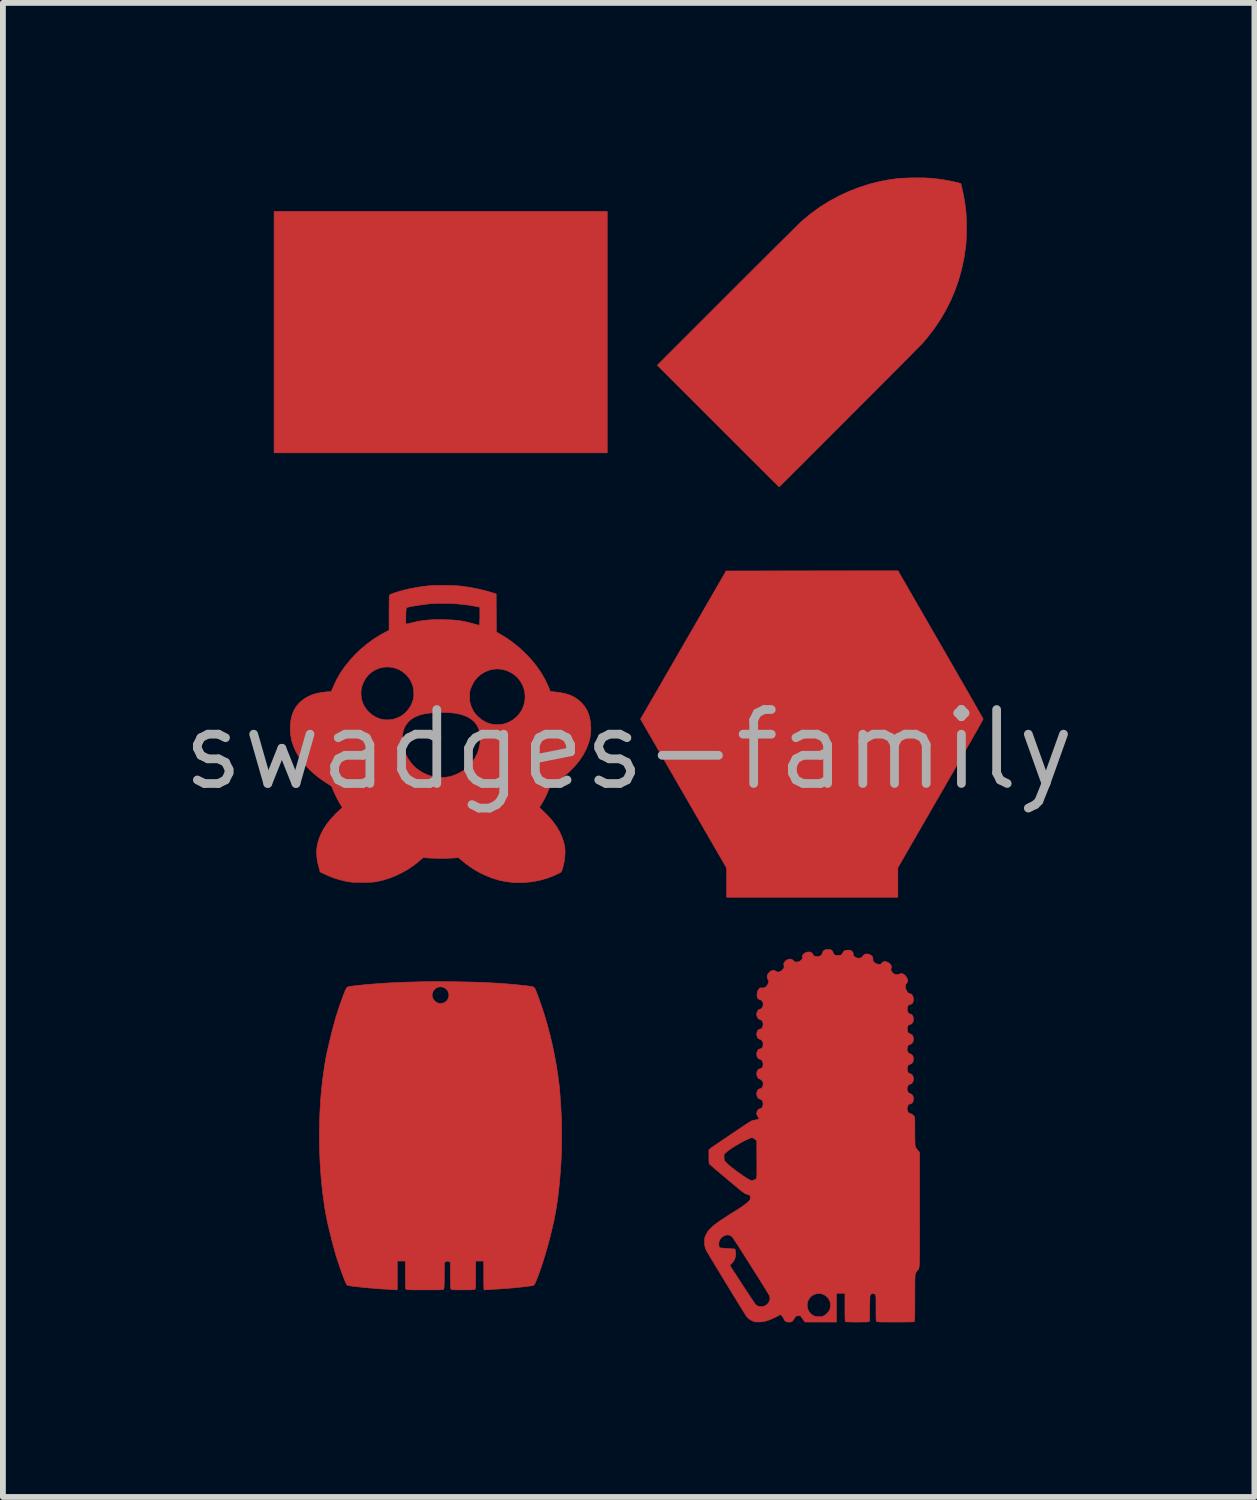
<source format=kicad_pcb>
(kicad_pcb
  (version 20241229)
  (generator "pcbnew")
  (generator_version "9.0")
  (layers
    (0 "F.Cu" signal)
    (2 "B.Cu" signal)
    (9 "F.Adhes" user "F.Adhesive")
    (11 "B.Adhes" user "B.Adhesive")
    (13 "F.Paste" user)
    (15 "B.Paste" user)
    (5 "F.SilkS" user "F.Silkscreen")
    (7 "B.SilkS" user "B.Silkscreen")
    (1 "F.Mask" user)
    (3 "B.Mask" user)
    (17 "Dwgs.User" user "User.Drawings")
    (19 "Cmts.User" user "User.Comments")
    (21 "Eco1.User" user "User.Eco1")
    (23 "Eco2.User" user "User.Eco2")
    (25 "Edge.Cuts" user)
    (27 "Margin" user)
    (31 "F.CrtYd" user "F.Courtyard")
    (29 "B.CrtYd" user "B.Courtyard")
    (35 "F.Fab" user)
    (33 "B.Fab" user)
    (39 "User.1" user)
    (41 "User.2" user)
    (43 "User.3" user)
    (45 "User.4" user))
  (footprint "swadges-family"
    (layer "F.Cu")
    (at 7.748 9.827)
    (property "Reference" "swadges-family" (at 0 0 0) (layer "F.Fab") (effects (font (size 1.27 1.27) (thickness 0.15))))
    (attr through_hole)
    (fp_poly (pts (xy -0.368 -5.099) (xy -6.09 -5.099) (xy -6.09 -9.246) (xy -0.368 -9.246) (xy -0.368 -5.099)) (stroke (width 0.01) (type solid)) (fill yes) (layer "F.Cu"))
    (fp_poly (pts (xy 5.356 -1.806) (xy 5.424 -1.689) (xy 5.49 -1.574) (xy 5.554 -1.463) (xy 5.616 -1.355) (xy 5.675 -1.252) (xy 5.731 -1.154) (xy 5.785 -1.061) (xy 5.835 -0.974) (xy 5.881 -0.893) (xy 5.923 -0.819) (xy 5.962 -0.752) (xy 5.995 -0.693) (xy 6.024 -0.642) (xy 6.048 -0.6) (xy 6.067 -0.567) (xy 6.08 -0.544) (xy 6.087 -0.531) (xy 6.088 -0.528) (xy 6.085 -0.521) (xy 6.077 -0.504) (xy 6.062 -0.478) (xy 6.042 -0.442) (xy 6.018 -0.398) (xy 5.989 -0.346) (xy 5.955 -0.287) (xy 5.918 -0.222) (xy 5.878 -0.151) (xy 5.834 -0.075) (xy 5.788 0.006) (xy 5.74 0.09) (xy 5.69 0.177) (xy 5.678 0.197) (xy 5.62 0.298) (xy 5.558 0.406) (xy 5.493 0.517) (xy 5.427 0.632) (xy 5.361 0.748) (xy 5.294 0.863) (xy 5.228 0.977) (xy 5.165 1.087) (xy 5.104 1.193) (xy 5.046 1.293) (xy 4.993 1.384) (xy 4.946 1.466) (xy 4.945 1.469) (xy 4.623 2.027) (xy 4.623 2.534) (xy 1.683 2.534) (xy 1.683 2.033) (xy 0.955 0.774) (xy 0.887 0.657) (xy 0.821 0.542) (xy 0.757 0.431) (xy 0.695 0.324) (xy 0.636 0.221) (xy 0.579 0.122) (xy 0.525 0.029) (xy 0.474 -0.058) (xy 0.428 -0.139) (xy 0.385 -0.213) (xy 0.346 -0.28) (xy 0.312 -0.34) (xy 0.282 -0.391) (xy 0.258 -0.433) (xy 0.238 -0.466) (xy 0.225 -0.489) (xy 0.217 -0.503) (xy 0.216 -0.505) (xy 0.204 -0.525) (xy 1.674 -3.07) (xy 3.15 -3.072) (xy 4.626 -3.073) (xy 5.356 -1.806)) (stroke (width 0.01) (type solid)) (fill yes) (layer "F.Cu"))
    (fp_poly (pts (xy 5.028 -9.822) (xy 5.09 -9.821) (xy 5.148 -9.818) (xy 5.205 -9.814) (xy 5.264 -9.808) (xy 5.327 -9.801) (xy 5.331 -9.8) (xy 5.369 -9.795) (xy 5.414 -9.788) (xy 5.465 -9.779) (xy 5.516 -9.769) (xy 5.567 -9.759) (xy 5.612 -9.749) (xy 5.65 -9.74) (xy 5.664 -9.736) (xy 5.705 -9.725) (xy 5.726 -9.639) (xy 5.743 -9.56) (xy 5.76 -9.472) (xy 5.775 -9.38) (xy 5.787 -9.288) (xy 5.789 -9.271) (xy 5.794 -9.227) (xy 5.797 -9.172) (xy 5.799 -9.11) (xy 5.801 -9.043) (xy 5.801 -8.972) (xy 5.801 -8.901) (xy 5.8 -8.832) (xy 5.797 -8.767) (xy 5.795 -8.709) (xy 5.791 -8.661) (xy 5.789 -8.646) (xy 5.76 -8.447) (xy 5.719 -8.255) (xy 5.667 -8.068) (xy 5.603 -7.887) (xy 5.529 -7.711) (xy 5.442 -7.541) (xy 5.345 -7.376) (xy 5.235 -7.216) (xy 5.114 -7.061) (xy 5.052 -6.988) (xy 5.044 -6.98) (xy 5.028 -6.963) (xy 5.003 -6.938) (xy 4.972 -6.906) (xy 4.933 -6.867) (xy 4.887 -6.821) (xy 4.836 -6.769) (xy 4.779 -6.711) (xy 4.716 -6.648) (xy 4.649 -6.58) (xy 4.577 -6.508) (xy 4.502 -6.432) (xy 4.423 -6.353) (xy 4.34 -6.27) (xy 4.256 -6.185) (xy 4.169 -6.098) (xy 4.08 -6.009) (xy 3.99 -5.919) (xy 3.9 -5.828) (xy 3.808 -5.737) (xy 3.717 -5.645) (xy 3.627 -5.555) (xy 3.537 -5.465) (xy 3.449 -5.376) (xy 3.362 -5.29) (xy 3.278 -5.206) (xy 3.197 -5.124) (xy 3.118 -5.046) (xy 3.044 -4.971) (xy 2.973 -4.9) (xy 2.907 -4.834) (xy 2.845 -4.773) (xy 2.789 -4.717) (xy 2.739 -4.667) (xy 2.695 -4.624) (xy 2.658 -4.587) (xy 2.628 -4.557) (xy 2.605 -4.535) (xy 2.591 -4.521) (xy 2.585 -4.515) (xy 2.585 -4.515) (xy 2.58 -4.519) (xy 2.567 -4.532) (xy 2.545 -4.554) (xy 2.516 -4.583) (xy 2.479 -4.619) (xy 2.435 -4.662) (xy 2.385 -4.712) (xy 2.329 -4.769) (xy 2.266 -4.831) (xy 2.199 -4.898) (xy 2.126 -4.971) (xy 2.048 -5.048) (xy 1.967 -5.13) (xy 1.881 -5.215) (xy 1.793 -5.304) (xy 1.701 -5.396) (xy 1.606 -5.49) (xy 1.537 -5.559) (xy 0.492 -6.604) (xy 1.695 -7.808) (xy 1.8 -7.912) (xy 1.902 -8.015) (xy 2.003 -8.115) (xy 2.101 -8.213) (xy 2.195 -8.307) (xy 2.287 -8.398) (xy 2.374 -8.485) (xy 2.458 -8.568) (xy 2.536 -8.647) (xy 2.61 -8.72) (xy 2.678 -8.787) (xy 2.741 -8.849) (xy 2.797 -8.905) (xy 2.847 -8.954) (xy 2.889 -8.996) (xy 2.925 -9.031) (xy 2.952 -9.057) (xy 2.971 -9.076) (xy 2.981 -9.085) (xy 3.128 -9.206) (xy 3.282 -9.318) (xy 3.443 -9.419) (xy 3.61 -9.51) (xy 3.783 -9.59) (xy 3.96 -9.659) (xy 4.141 -9.717) (xy 4.325 -9.762) (xy 4.445 -9.785) (xy 4.505 -9.794) (xy 4.558 -9.802) (xy 4.609 -9.808) (xy 4.659 -9.813) (xy 4.711 -9.816) (xy 4.769 -9.819) (xy 4.835 -9.821) (xy 4.88 -9.822) (xy 4.959 -9.822) (xy 5.028 -9.822)) (stroke (width 0.01) (type solid)) (fill yes) (layer "F.Cu"))
    (fp_poly (pts (xy -3.092 3.984) (xy -2.876 3.987) (xy -2.873 3.987) (xy -2.714 3.991) (xy -2.566 3.995) (xy -2.427 4.001) (xy -2.295 4.008) (xy -2.169 4.016) (xy -2.046 4.026) (xy -1.924 4.037) (xy -1.816 4.048) (xy -1.763 4.054) (xy -1.72 4.059) (xy -1.688 4.064) (xy -1.663 4.068) (xy -1.646 4.073) (xy -1.633 4.078) (xy -1.624 4.084) (xy -1.618 4.092) (xy -1.614 4.097) (xy -1.603 4.118) (xy -1.59 4.149) (xy -1.574 4.19) (xy -1.556 4.238) (xy -1.536 4.292) (xy -1.515 4.352) (xy -1.494 4.414) (xy -1.472 4.479) (xy -1.451 4.544) (xy -1.432 4.608) (xy -1.413 4.67) (xy -1.397 4.728) (xy -1.395 4.735) (xy -1.35 4.905) (xy -1.311 5.07) (xy -1.277 5.234) (xy -1.246 5.401) (xy -1.219 5.573) (xy -1.195 5.755) (xy -1.194 5.759) (xy -1.191 5.792) (xy -1.187 5.834) (xy -1.183 5.886) (xy -1.178 5.944) (xy -1.174 6.006) (xy -1.169 6.071) (xy -1.165 6.136) (xy -1.162 6.199) (xy -1.159 6.259) (xy -1.156 6.313) (xy -1.156 6.325) (xy -1.151 6.506) (xy -1.15 6.691) (xy -1.154 6.877) (xy -1.161 7.063) (xy -1.173 7.247) (xy -1.188 7.428) (xy -1.206 7.603) (xy -1.228 7.772) (xy -1.254 7.932) (xy -1.282 8.081) (xy -1.29 8.115) (xy -1.326 8.271) (xy -1.365 8.427) (xy -1.407 8.581) (xy -1.452 8.73) (xy -1.497 8.871) (xy -1.543 9.003) (xy -1.55 9.021) (xy -1.57 9.073) (xy -1.586 9.114) (xy -1.599 9.146) (xy -1.61 9.169) (xy -1.62 9.185) (xy -1.629 9.195) (xy -1.637 9.2) (xy -1.637 9.201) (xy -1.649 9.204) (xy -1.673 9.208) (xy -1.705 9.212) (xy -1.745 9.217) (xy -1.791 9.223) (xy -1.841 9.229) (xy -1.894 9.234) (xy -1.948 9.24) (xy -2.002 9.245) (xy -2.051 9.249) (xy -2.079 9.251) (xy -2.115 9.253) (xy -2.156 9.256) (xy -2.202 9.26) (xy -2.25 9.263) (xy -2.298 9.266) (xy -2.344 9.269) (xy -2.387 9.272) (xy -2.424 9.274) (xy -2.454 9.276) (xy -2.475 9.277) (xy -2.484 9.277) (xy -2.485 9.271) (xy -2.486 9.254) (xy -2.487 9.226) (xy -2.488 9.19) (xy -2.489 9.147) (xy -2.489 9.098) (xy -2.489 9.044) (xy -2.489 9.03) (xy -2.489 8.782) (xy -2.629 8.782) (xy -2.629 9.019) (xy -2.629 9.081) (xy -2.629 9.13) (xy -2.629 9.17) (xy -2.63 9.201) (xy -2.631 9.224) (xy -2.632 9.24) (xy -2.633 9.252) (xy -2.635 9.259) (xy -2.638 9.264) (xy -2.641 9.267) (xy -2.645 9.27) (xy -2.652 9.272) (xy -2.663 9.274) (xy -2.679 9.275) (xy -2.702 9.276) (xy -2.733 9.277) (xy -2.774 9.277) (xy -2.825 9.277) (xy -2.846 9.277) (xy -2.901 9.277) (xy -2.945 9.277) (xy -2.978 9.277) (xy -3.004 9.276) (xy -3.022 9.275) (xy -3.034 9.273) (xy -3.042 9.271) (xy -3.047 9.268) (xy -3.05 9.266) (xy -3.053 9.262) (xy -3.055 9.255) (xy -3.057 9.243) (xy -3.058 9.227) (xy -3.059 9.204) (xy -3.06 9.173) (xy -3.061 9.133) (xy -3.062 9.083) (xy -3.062 9.03) (xy -3.064 8.806) (xy -3.079 8.794) (xy -3.101 8.784) (xy -3.125 8.785) (xy -3.148 8.797) (xy -3.165 8.813) (xy -3.167 9.034) (xy -3.168 9.093) (xy -3.168 9.142) (xy -3.169 9.18) (xy -3.17 9.209) (xy -3.171 9.231) (xy -3.173 9.246) (xy -3.175 9.256) (xy -3.177 9.263) (xy -3.179 9.266) (xy -3.182 9.269) (xy -3.187 9.271) (xy -3.194 9.273) (xy -3.205 9.274) (xy -3.221 9.275) (xy -3.243 9.276) (xy -3.272 9.277) (xy -3.309 9.277) (xy -3.355 9.277) (xy -3.411 9.277) (xy -3.479 9.277) (xy -3.502 9.277) (xy -3.573 9.277) (xy -3.633 9.277) (xy -3.682 9.277) (xy -3.721 9.277) (xy -3.753 9.276) (xy -3.776 9.275) (xy -3.794 9.274) (xy -3.807 9.273) (xy -3.815 9.271) (xy -3.82 9.269) (xy -3.824 9.267) (xy -3.825 9.266) (xy -3.828 9.262) (xy -3.83 9.255) (xy -3.832 9.245) (xy -3.833 9.23) (xy -3.834 9.209) (xy -3.835 9.181) (xy -3.835 9.144) (xy -3.835 9.097) (xy -3.835 9.04) (xy -3.835 9.018) (xy -3.835 8.782) (xy -3.975 8.782) (xy -3.975 9.277) (xy -3.999 9.277) (xy -4.013 9.276) (xy -4.036 9.275) (xy -4.068 9.273) (xy -4.106 9.27) (xy -4.146 9.268) (xy -4.15 9.267) (xy -4.235 9.262) (xy -4.318 9.256) (xy -4.398 9.249) (xy -4.475 9.243) (xy -4.547 9.236) (xy -4.613 9.229) (xy -4.672 9.223) (xy -4.724 9.217) (xy -4.766 9.211) (xy -4.799 9.206) (xy -4.821 9.201) (xy -4.831 9.197) (xy -4.838 9.191) (xy -4.846 9.181) (xy -4.854 9.165) (xy -4.865 9.143) (xy -4.877 9.113) (xy -4.893 9.074) (xy -4.911 9.025) (xy -4.918 9.007) (xy -4.947 8.928) (xy -4.973 8.853) (xy -4.998 8.779) (xy -5.021 8.705) (xy -5.043 8.629) (xy -5.066 8.547) (xy -5.09 8.459) (xy -5.114 8.361) (xy -5.124 8.322) (xy -5.145 8.235) (xy -5.163 8.158) (xy -5.179 8.088) (xy -5.192 8.023) (xy -5.204 7.96) (xy -5.215 7.897) (xy -5.222 7.852) (xy -5.257 7.601) (xy -5.283 7.342) (xy -5.301 7.077) (xy -5.311 6.808) (xy -5.312 6.536) (xy -5.305 6.264) (xy -5.29 6.001) (xy -5.28 5.891) (xy -5.269 5.778) (xy -5.256 5.665) (xy -5.241 5.552) (xy -5.225 5.444) (xy -5.209 5.342) (xy -5.192 5.249) (xy -5.184 5.213) (xy -5.171 5.155) (xy -5.156 5.088) (xy -5.139 5.017) (xy -5.121 4.944) (xy -5.103 4.869) (xy -5.084 4.797) (xy -5.066 4.728) (xy -5.049 4.666) (xy -5.034 4.612) (xy -5.024 4.578) (xy -5.003 4.514) (xy -4.982 4.448) (xy -4.96 4.382) (xy -4.937 4.319) (xy -4.916 4.26) (xy -4.898 4.213) (xy -3.377 4.213) (xy -3.371 4.251) (xy -3.354 4.288) (xy -3.331 4.315) (xy -3.296 4.343) (xy -3.26 4.357) (xy -3.221 4.36) (xy -3.18 4.35) (xy -3.164 4.343) (xy -3.132 4.321) (xy -3.108 4.29) (xy -3.093 4.255) (xy -3.087 4.216) (xy -3.093 4.178) (xy -3.099 4.159) (xy -3.117 4.128) (xy -3.138 4.106) (xy -3.167 4.088) (xy -3.172 4.085) (xy -3.212 4.073) (xy -3.252 4.073) (xy -3.29 4.084) (xy -3.324 4.105) (xy -3.351 4.136) (xy -3.37 4.174) (xy -3.377 4.213) (xy -4.898 4.213) (xy -4.896 4.207) (xy -4.878 4.161) (xy -4.862 4.124) (xy -4.854 4.107) (xy -4.848 4.096) (xy -4.842 4.087) (xy -4.834 4.08) (xy -4.823 4.074) (xy -4.807 4.07) (xy -4.784 4.065) (xy -4.754 4.061) (xy -4.715 4.056) (xy -4.665 4.05) (xy -4.648 4.048) (xy -4.483 4.032) (xy -4.307 4.018) (xy -4.121 4.006) (xy -3.927 3.997) (xy -3.725 3.99) (xy -3.518 3.985) (xy -3.307 3.983) (xy -3.092 3.984)) (stroke (width 0.01) (type solid)) (fill yes) (layer "F.Cu"))
    (fp_poly (pts (xy -3.112 -2.822) (xy -3.048 -2.82) (xy -2.989 -2.818) (xy -2.937 -2.815) (xy -2.894 -2.812) (xy -2.886 -2.811) (xy -2.723 -2.788) (xy -2.566 -2.757) (xy -2.417 -2.719) (xy -2.353 -2.7) (xy -2.276 -2.676) (xy -2.273 -2.022) (xy -2.221 -1.992) (xy -2.099 -1.919) (xy -1.982 -1.836) (xy -1.871 -1.745) (xy -1.767 -1.647) (xy -1.67 -1.543) (xy -1.582 -1.434) (xy -1.504 -1.321) (xy -1.437 -1.206) (xy -1.389 -1.105) (xy -1.377 -1.076) (xy -1.366 -1.051) (xy -1.359 -1.031) (xy -1.355 -1.021) (xy -1.353 -1.013) (xy -1.349 -1.007) (xy -1.342 -1.003) (xy -1.33 -1) (xy -1.31 -0.997) (xy -1.28 -0.993) (xy -1.254 -0.991) (xy -1.161 -0.978) (xy -1.078 -0.96) (xy -1.003 -0.936) (xy -0.937 -0.904) (xy -0.877 -0.865) (xy -0.822 -0.818) (xy -0.798 -0.793) (xy -0.751 -0.736) (xy -0.715 -0.675) (xy -0.687 -0.607) (xy -0.667 -0.532) (xy -0.654 -0.447) (xy -0.654 -0.444) (xy -0.649 -0.357) (xy -0.653 -0.275) (xy -0.666 -0.195) (xy -0.688 -0.115) (xy -0.72 -0.032) (xy -0.739 0.01) (xy -0.79 0.103) (xy -0.852 0.194) (xy -0.926 0.282) (xy -1.009 0.368) (xy -1.102 0.449) (xy -1.202 0.525) (xy -1.286 0.58) (xy -1.344 0.616) (xy -1.381 0.703) (xy -1.42 0.792) (xy -1.46 0.87) (xy -1.501 0.94) (xy -1.503 0.942) (xy -1.516 0.962) (xy -1.526 0.979) (xy -1.532 0.989) (xy -1.532 0.99) (xy -1.528 0.995) (xy -1.517 1.008) (xy -1.5 1.025) (xy -1.483 1.04) (xy -1.389 1.132) (xy -1.309 1.224) (xy -1.24 1.318) (xy -1.185 1.412) (xy -1.142 1.509) (xy -1.111 1.606) (xy -1.098 1.668) (xy -1.094 1.709) (xy -1.093 1.758) (xy -1.095 1.812) (xy -1.099 1.867) (xy -1.107 1.918) (xy -1.113 1.949) (xy -1.125 1.999) (xy -1.136 2.038) (xy -1.144 2.066) (xy -1.152 2.086) (xy -1.159 2.098) (xy -1.161 2.101) (xy -1.173 2.109) (xy -1.194 2.12) (xy -1.223 2.134) (xy -1.256 2.15) (xy -1.293 2.166) (xy -1.331 2.181) (xy -1.368 2.195) (xy -1.4 2.207) (xy -1.532 2.244) (xy -1.667 2.269) (xy -1.803 2.282) (xy -1.94 2.283) (xy -1.994 2.279) (xy -2.112 2.265) (xy -2.229 2.24) (xy -2.346 2.204) (xy -2.463 2.157) (xy -2.537 2.122) (xy -2.623 2.076) (xy -2.707 2.023) (xy -2.791 1.962) (xy -2.877 1.892) (xy -2.878 1.891) (xy -2.922 1.853) (xy -3.032 1.861) (xy -3.071 1.863) (xy -3.118 1.864) (xy -3.172 1.865) (xy -3.228 1.865) (xy -3.286 1.865) (xy -3.342 1.864) (xy -3.394 1.862) (xy -3.439 1.86) (xy -3.476 1.857) (xy -3.493 1.855) (xy -3.527 1.851) (xy -3.588 1.902) (xy -3.65 1.954) (xy -3.709 1.998) (xy -3.765 2.037) (xy -3.824 2.073) (xy -3.886 2.107) (xy -3.996 2.161) (xy -4.105 2.205) (xy -4.216 2.239) (xy -4.293 2.258) (xy -4.317 2.263) (xy -4.339 2.267) (xy -4.361 2.27) (xy -4.384 2.273) (xy -4.411 2.275) (xy -4.444 2.276) (xy -4.485 2.277) (xy -4.536 2.278) (xy -4.547 2.278) (xy -4.612 2.279) (xy -4.666 2.279) (xy -4.713 2.277) (xy -4.754 2.275) (xy -4.793 2.27) (xy -4.832 2.264) (xy -4.874 2.255) (xy -4.921 2.244) (xy -4.942 2.239) (xy -5.043 2.21) (xy -5.138 2.174) (xy -5.227 2.134) (xy -5.299 2.099) (xy -5.313 2.048) (xy -5.338 1.951) (xy -5.353 1.863) (xy -5.359 1.779) (xy -5.357 1.7) (xy -5.345 1.624) (xy -5.325 1.547) (xy -5.295 1.47) (xy -5.283 1.443) (xy -5.236 1.355) (xy -5.179 1.269) (xy -5.112 1.185) (xy -5.034 1.102) (xy -4.952 1.025) (xy -4.916 0.994) (xy -4.947 0.946) (xy -4.97 0.907) (xy -4.996 0.859) (xy -5.023 0.807) (xy -5.049 0.753) (xy -5.072 0.7) (xy -5.077 0.689) (xy -5.103 0.626) (xy -5.183 0.575) (xy -5.258 0.525) (xy -5.324 0.478) (xy -5.384 0.43) (xy -5.441 0.38) (xy -5.498 0.324) (xy -5.501 0.321) (xy -5.583 0.231) (xy -5.652 0.138) (xy -5.71 0.043) (xy -5.754 -0.053) (xy -5.787 -0.152) (xy -5.79 -0.167) (xy -3.888 -0.167) (xy -3.878 -0.085) (xy -3.858 -0.003) (xy -3.829 0.077) (xy -3.79 0.152) (xy -3.743 0.221) (xy -3.689 0.283) (xy -3.669 0.301) (xy -3.595 0.359) (xy -3.516 0.406) (xy -3.433 0.441) (xy -3.348 0.465) (xy -3.261 0.477) (xy -3.173 0.477) (xy -3.085 0.465) (xy -3.061 0.459) (xy -3.014 0.445) (xy -2.963 0.424) (xy -2.912 0.4) (xy -2.864 0.374) (xy -2.823 0.347) (xy -2.819 0.344) (xy -2.751 0.285) (xy -2.692 0.218) (xy -2.641 0.144) (xy -2.601 0.066) (xy -2.572 -0.017) (xy -2.554 -0.102) (xy -2.547 -0.189) (xy -2.548 -0.225) (xy -2.558 -0.299) (xy -2.578 -0.366) (xy -2.608 -0.425) (xy -2.649 -0.478) (xy -2.699 -0.522) (xy -2.76 -0.56) (xy -2.832 -0.591) (xy -2.914 -0.614) (xy -3.006 -0.63) (xy -3.109 -0.639) (xy -3.199 -0.641) (xy -3.294 -0.639) (xy -3.377 -0.634) (xy -3.452 -0.626) (xy -3.519 -0.614) (xy -3.58 -0.599) (xy -3.612 -0.588) (xy -3.68 -0.558) (xy -3.74 -0.52) (xy -3.79 -0.473) (xy -3.83 -0.419) (xy -3.86 -0.357) (xy -3.879 -0.289) (xy -3.886 -0.248) (xy -3.888 -0.167) (xy -5.79 -0.167) (xy -5.806 -0.252) (xy -5.813 -0.354) (xy -5.81 -0.435) (xy -5.799 -0.523) (xy -5.779 -0.601) (xy -5.752 -0.67) (xy -5.716 -0.733) (xy -5.67 -0.79) (xy -5.644 -0.816) (xy -5.583 -0.867) (xy -5.517 -0.908) (xy -5.444 -0.941) (xy -5.369 -0.965) (xy -5.364 -0.966) (xy -4.598 -0.966) (xy -4.592 -0.89) (xy -4.575 -0.82) (xy -4.546 -0.755) (xy -4.505 -0.693) (xy -4.464 -0.647) (xy -4.405 -0.597) (xy -4.342 -0.558) (xy -4.274 -0.53) (xy -4.203 -0.515) (xy -4.13 -0.512) (xy -4.054 -0.521) (xy -4.026 -0.528) (xy -3.956 -0.553) (xy -3.892 -0.588) (xy -3.835 -0.634) (xy -3.786 -0.688) (xy -3.745 -0.75) (xy -3.714 -0.818) (xy -3.699 -0.868) (xy -3.692 -0.914) (xy -2.733 -0.914) (xy -2.732 -0.864) (xy -2.728 -0.822) (xy -2.719 -0.784) (xy -2.706 -0.744) (xy -2.685 -0.7) (xy -2.682 -0.692) (xy -2.667 -0.664) (xy -2.652 -0.64) (xy -2.635 -0.617) (xy -2.613 -0.593) (xy -2.595 -0.574) (xy -2.534 -0.521) (xy -2.468 -0.48) (xy -2.4 -0.451) (xy -2.328 -0.433) (xy -2.253 -0.429) (xy -2.175 -0.436) (xy -2.135 -0.445) (xy -2.065 -0.469) (xy -2 -0.505) (xy -1.94 -0.55) (xy -1.888 -0.604) (xy -1.845 -0.665) (xy -1.828 -0.695) (xy -1.8 -0.767) (xy -1.783 -0.84) (xy -1.778 -0.913) (xy -1.784 -0.985) (xy -1.8 -1.054) (xy -1.827 -1.12) (xy -1.863 -1.182) (xy -1.909 -1.238) (xy -1.963 -1.287) (xy -2.026 -1.328) (xy -2.094 -1.359) (xy -2.169 -1.38) (xy -2.245 -1.388) (xy -2.32 -1.384) (xy -2.394 -1.367) (xy -2.467 -1.338) (xy -2.476 -1.333) (xy -2.542 -1.292) (xy -2.6 -1.242) (xy -2.648 -1.183) (xy -2.687 -1.115) (xy -2.713 -1.051) (xy -2.722 -1.025) (xy -2.727 -1.003) (xy -2.731 -0.982) (xy -2.732 -0.957) (xy -2.733 -0.924) (xy -2.733 -0.914) (xy -3.692 -0.914) (xy -3.691 -0.915) (xy -3.69 -0.969) (xy -3.693 -1.024) (xy -3.702 -1.077) (xy -3.71 -1.107) (xy -3.739 -1.176) (xy -3.777 -1.237) (xy -3.824 -1.291) (xy -3.877 -1.336) (xy -3.936 -1.372) (xy -4 -1.399) (xy -4.068 -1.416) (xy -4.138 -1.422) (xy -4.209 -1.418) (xy -4.279 -1.402) (xy -4.347 -1.375) (xy -4.41 -1.337) (xy -4.466 -1.289) (xy -4.514 -1.232) (xy -4.552 -1.167) (xy -4.553 -1.165) (xy -4.577 -1.106) (xy -4.592 -1.048) (xy -4.598 -0.984) (xy -4.598 -0.966) (xy -5.364 -0.966) (xy -5.341 -0.971) (xy -5.305 -0.978) (xy -5.265 -0.984) (xy -5.223 -0.989) (xy -5.185 -0.994) (xy -5.152 -0.996) (xy -5.136 -0.997) (xy -5.119 -0.999) (xy -5.108 -1.004) (xy -5.107 -1.005) (xy -5.102 -1.013) (xy -5.094 -1.031) (xy -5.083 -1.056) (xy -5.071 -1.086) (xy -5.068 -1.092) (xy -5.016 -1.204) (xy -4.952 -1.315) (xy -4.877 -1.424) (xy -4.793 -1.529) (xy -4.701 -1.631) (xy -4.601 -1.727) (xy -4.494 -1.816) (xy -4.383 -1.898) (xy -4.266 -1.971) (xy -4.196 -2.01) (xy -4.115 -2.052) (xy -4.115 -2.217) (xy -3.829 -2.217) (xy -3.829 -2.192) (xy -3.828 -2.175) (xy -3.827 -2.166) (xy -3.825 -2.161) (xy -3.821 -2.159) (xy -3.821 -2.159) (xy -3.811 -2.16) (xy -3.792 -2.164) (xy -3.765 -2.17) (xy -3.735 -2.177) (xy -3.733 -2.178) (xy -3.66 -2.195) (xy -3.592 -2.209) (xy -3.527 -2.219) (xy -3.462 -2.226) (xy -3.394 -2.231) (xy -3.322 -2.234) (xy -3.241 -2.234) (xy -3.173 -2.233) (xy -3.092 -2.231) (xy -3.02 -2.228) (xy -2.955 -2.222) (xy -2.894 -2.215) (xy -2.835 -2.204) (xy -2.773 -2.191) (xy -2.707 -2.174) (xy -2.633 -2.153) (xy -2.632 -2.153) (xy -2.602 -2.145) (xy -2.58 -2.141) (xy -2.566 -2.14) (xy -2.563 -2.14) (xy -2.561 -2.148) (xy -2.559 -2.167) (xy -2.558 -2.195) (xy -2.557 -2.231) (xy -2.556 -2.273) (xy -2.556 -2.297) (xy -2.556 -2.448) (xy -2.638 -2.465) (xy -2.736 -2.482) (xy -2.843 -2.495) (xy -2.955 -2.506) (xy -3.069 -2.512) (xy -3.182 -2.515) (xy -3.29 -2.514) (xy -3.39 -2.509) (xy -3.4 -2.508) (xy -3.442 -2.504) (xy -3.489 -2.498) (xy -3.538 -2.492) (xy -3.588 -2.485) (xy -3.637 -2.477) (xy -3.683 -2.47) (xy -3.726 -2.462) (xy -3.762 -2.455) (xy -3.791 -2.448) (xy -3.811 -2.443) (xy -3.818 -2.439) (xy -3.82 -2.431) (xy -3.822 -2.413) (xy -3.824 -2.385) (xy -3.826 -2.351) (xy -3.827 -2.312) (xy -3.827 -2.296) (xy -3.828 -2.251) (xy -3.829 -2.217) (xy -4.115 -2.217) (xy -4.115 -2.346) (xy -4.115 -2.407) (xy -4.114 -2.463) (xy -4.114 -2.515) (xy -4.114 -2.56) (xy -4.113 -2.597) (xy -4.112 -2.626) (xy -4.111 -2.645) (xy -4.111 -2.651) (xy -4.105 -2.658) (xy -4.094 -2.666) (xy -4.074 -2.675) (xy -4.047 -2.686) (xy -4.009 -2.698) (xy -3.96 -2.713) (xy -3.957 -2.714) (xy -3.857 -2.742) (xy -3.756 -2.766) (xy -3.651 -2.786) (xy -3.54 -2.803) (xy -3.448 -2.814) (xy -3.409 -2.817) (xy -3.361 -2.82) (xy -3.304 -2.821) (xy -3.242 -2.822) (xy -3.177 -2.822) (xy -3.112 -2.822)) (stroke (width 0.01) (type solid)) (fill yes) (layer "F.Cu"))
    (fp_poly (pts (xy 3.472 3.437) (xy 3.494 3.452) (xy 3.508 3.475) (xy 3.512 3.486) (xy 3.522 3.511) (xy 3.54 3.526) (xy 3.566 3.534) (xy 3.602 3.535) (xy 3.602 3.535) (xy 3.633 3.532) (xy 3.655 3.522) (xy 3.67 3.506) (xy 3.679 3.485) (xy 3.693 3.464) (xy 3.716 3.45) (xy 3.749 3.443) (xy 3.768 3.442) (xy 3.799 3.444) (xy 3.822 3.452) (xy 3.826 3.455) (xy 3.843 3.469) (xy 3.854 3.488) (xy 3.858 3.507) (xy 3.857 3.515) (xy 3.857 3.53) (xy 3.868 3.545) (xy 3.886 3.56) (xy 3.908 3.572) (xy 3.933 3.579) (xy 3.951 3.581) (xy 3.981 3.578) (xy 4.003 3.566) (xy 4.022 3.545) (xy 4.022 3.544) (xy 4.043 3.521) (xy 4.07 3.509) (xy 4.102 3.508) (xy 4.137 3.517) (xy 4.157 3.528) (xy 4.18 3.547) (xy 4.194 3.571) (xy 4.195 3.596) (xy 4.195 3.599) (xy 4.196 3.621) (xy 4.207 3.642) (xy 4.227 3.661) (xy 4.253 3.676) (xy 4.282 3.685) (xy 4.3 3.686) (xy 4.32 3.685) (xy 4.333 3.68) (xy 4.347 3.667) (xy 4.352 3.662) (xy 4.368 3.647) (xy 4.382 3.64) (xy 4.397 3.639) (xy 4.431 3.644) (xy 4.463 3.659) (xy 4.49 3.681) (xy 4.508 3.708) (xy 4.509 3.709) (xy 4.513 3.726) (xy 4.511 3.743) (xy 4.508 3.754) (xy 4.503 3.772) (xy 4.504 3.785) (xy 4.511 3.801) (xy 4.512 3.802) (xy 4.534 3.832) (xy 4.561 3.853) (xy 4.591 3.864) (xy 4.622 3.864) (xy 4.649 3.855) (xy 4.675 3.845) (xy 4.7 3.846) (xy 4.725 3.858) (xy 4.75 3.879) (xy 4.771 3.906) (xy 4.785 3.934) (xy 4.792 3.961) (xy 4.791 3.985) (xy 4.781 4.004) (xy 4.776 4.008) (xy 4.758 4.028) (xy 4.751 4.055) (xy 4.752 4.075) (xy 4.76 4.11) (xy 4.774 4.141) (xy 4.791 4.167) (xy 4.81 4.184) (xy 4.83 4.191) (xy 4.832 4.191) (xy 4.852 4.197) (xy 4.869 4.212) (xy 4.88 4.234) (xy 4.888 4.261) (xy 4.89 4.289) (xy 4.888 4.317) (xy 4.88 4.342) (xy 4.867 4.361) (xy 4.849 4.372) (xy 4.847 4.372) (xy 4.825 4.378) (xy 4.812 4.383) (xy 4.803 4.39) (xy 4.797 4.399) (xy 4.788 4.42) (xy 4.785 4.448) (xy 4.786 4.477) (xy 4.792 4.501) (xy 4.798 4.512) (xy 4.813 4.529) (xy 4.83 4.539) (xy 4.847 4.543) (xy 4.865 4.553) (xy 4.879 4.572) (xy 4.888 4.597) (xy 4.891 4.626) (xy 4.889 4.654) (xy 4.88 4.681) (xy 4.866 4.701) (xy 4.85 4.713) (xy 4.831 4.719) (xy 4.831 4.719) (xy 4.809 4.727) (xy 4.794 4.745) (xy 4.786 4.774) (xy 4.785 4.797) (xy 4.788 4.831) (xy 4.798 4.856) (xy 4.816 4.873) (xy 4.838 4.882) (xy 4.863 4.895) (xy 4.879 4.915) (xy 4.889 4.944) (xy 4.89 4.947) (xy 4.891 4.982) (xy 4.884 5.014) (xy 4.869 5.039) (xy 4.847 5.055) (xy 4.832 5.06) (xy 4.809 5.071) (xy 4.793 5.092) (xy 4.784 5.121) (xy 4.783 5.126) (xy 4.784 5.162) (xy 4.793 5.191) (xy 4.811 5.213) (xy 4.837 5.225) (xy 4.839 5.225) (xy 4.861 5.236) (xy 4.877 5.255) (xy 4.888 5.281) (xy 4.892 5.31) (xy 4.889 5.34) (xy 4.878 5.368) (xy 4.872 5.378) (xy 4.857 5.391) (xy 4.838 5.4) (xy 4.835 5.401) (xy 4.811 5.412) (xy 4.795 5.43) (xy 4.786 5.457) (xy 4.785 5.483) (xy 4.788 5.517) (xy 4.798 5.541) (xy 4.816 5.558) (xy 4.835 5.565) (xy 4.855 5.574) (xy 4.87 5.586) (xy 4.872 5.589) (xy 4.885 5.615) (xy 4.891 5.644) (xy 4.89 5.674) (xy 4.882 5.702) (xy 4.868 5.724) (xy 4.849 5.738) (xy 4.839 5.741) (xy 4.813 5.752) (xy 4.795 5.773) (xy 4.784 5.801) (xy 4.783 5.835) (xy 4.784 5.84) (xy 4.792 5.871) (xy 4.807 5.892) (xy 4.83 5.905) (xy 4.832 5.905) (xy 4.86 5.919) (xy 4.879 5.941) (xy 4.888 5.967) (xy 4.892 5.999) (xy 4.888 6.029) (xy 4.878 6.054) (xy 4.863 6.073) (xy 4.847 6.081) (xy 4.829 6.085) (xy 4.817 6.088) (xy 4.807 6.096) (xy 4.796 6.113) (xy 4.787 6.135) (xy 4.782 6.157) (xy 4.782 6.166) (xy 4.785 6.192) (xy 4.795 6.216) (xy 4.808 6.235) (xy 4.823 6.245) (xy 4.824 6.245) (xy 4.858 6.257) (xy 4.886 6.276) (xy 4.9 6.292) (xy 4.904 6.298) (xy 4.907 6.304) (xy 4.91 6.312) (xy 4.911 6.322) (xy 4.913 6.336) (xy 4.914 6.356) (xy 4.914 6.383) (xy 4.915 6.418) (xy 4.915 6.462) (xy 4.915 6.518) (xy 4.915 6.548) (xy 4.915 6.62) (xy 4.916 6.681) (xy 4.917 6.732) (xy 4.918 6.77) (xy 4.92 6.797) (xy 4.922 6.811) (xy 4.934 6.838) (xy 4.957 6.87) (xy 4.963 6.877) (xy 4.997 6.916) (xy 4.997 7.897) (xy 4.997 8.029) (xy 4.997 8.149) (xy 4.998 8.257) (xy 4.997 8.355) (xy 4.997 8.442) (xy 4.997 8.519) (xy 4.997 8.588) (xy 4.997 8.648) (xy 4.996 8.7) (xy 4.995 8.745) (xy 4.994 8.783) (xy 4.993 8.816) (xy 4.992 8.843) (xy 4.99 8.865) (xy 4.988 8.883) (xy 4.986 8.897) (xy 4.983 8.908) (xy 4.98 8.917) (xy 4.976 8.924) (xy 4.972 8.93) (xy 4.968 8.935) (xy 4.963 8.94) (xy 4.957 8.946) (xy 4.954 8.95) (xy 4.939 8.971) (xy 4.927 8.994) (xy 4.922 9.008) (xy 4.92 9.022) (xy 4.919 9.048) (xy 4.917 9.087) (xy 4.916 9.138) (xy 4.916 9.203) (xy 4.915 9.279) (xy 4.915 9.369) (xy 4.915 9.425) (xy 4.915 9.51) (xy 4.915 9.583) (xy 4.914 9.645) (xy 4.914 9.697) (xy 4.913 9.738) (xy 4.912 9.771) (xy 4.911 9.794) (xy 4.91 9.811) (xy 4.908 9.82) (xy 4.907 9.822) (xy 4.902 9.824) (xy 4.89 9.826) (xy 4.871 9.827) (xy 4.843 9.828) (xy 4.805 9.829) (xy 4.758 9.829) (xy 4.701 9.83) (xy 4.631 9.83) (xy 4.584 9.83) (xy 4.513 9.83) (xy 4.453 9.83) (xy 4.404 9.829) (xy 4.364 9.829) (xy 4.332 9.829) (xy 4.308 9.828) (xy 4.29 9.827) (xy 4.278 9.826) (xy 4.269 9.824) (xy 4.263 9.822) (xy 4.26 9.82) (xy 4.259 9.818) (xy 4.256 9.814) (xy 4.254 9.807) (xy 4.252 9.797) (xy 4.25 9.781) (xy 4.249 9.759) (xy 4.249 9.73) (xy 4.248 9.692) (xy 4.248 9.643) (xy 4.248 9.59) (xy 4.248 9.532) (xy 4.248 9.485) (xy 4.248 9.448) (xy 4.247 9.42) (xy 4.246 9.399) (xy 4.245 9.384) (xy 4.243 9.374) (xy 4.241 9.366) (xy 4.238 9.361) (xy 4.236 9.358) (xy 4.217 9.344) (xy 4.195 9.339) (xy 4.174 9.344) (xy 4.156 9.358) (xy 4.147 9.373) (xy 4.145 9.387) (xy 4.143 9.413) (xy 4.142 9.452) (xy 4.141 9.504) (xy 4.14 9.568) (xy 4.14 9.604) (xy 4.14 9.666) (xy 4.14 9.717) (xy 4.139 9.756) (xy 4.138 9.786) (xy 4.136 9.806) (xy 4.134 9.818) (xy 4.133 9.822) (xy 4.126 9.825) (xy 4.113 9.826) (xy 4.09 9.828) (xy 4.058 9.829) (xy 4.016 9.829) (xy 3.962 9.83) (xy 3.927 9.83) (xy 3.867 9.83) (xy 3.819 9.829) (xy 3.781 9.828) (xy 3.754 9.827) (xy 3.735 9.826) (xy 3.725 9.824) (xy 3.722 9.822) (xy 3.72 9.817) (xy 3.719 9.804) (xy 3.717 9.782) (xy 3.716 9.752) (xy 3.715 9.712) (xy 3.715 9.662) (xy 3.715 9.599) (xy 3.715 9.575) (xy 3.715 9.335) (xy 3.569 9.335) (xy 3.569 9.83) (xy 3.031 9.83) (xy 3.018 9.816) (xy 3.008 9.803) (xy 2.994 9.784) (xy 2.979 9.762) (xy 2.979 9.762) (xy 2.952 9.722) (xy 2.916 9.722) (xy 2.89 9.724) (xy 2.872 9.731) (xy 2.857 9.746) (xy 2.843 9.771) (xy 2.842 9.773) (xy 2.829 9.793) (xy 2.815 9.812) (xy 2.814 9.812) (xy 2.805 9.821) (xy 2.794 9.827) (xy 2.78 9.829) (xy 2.757 9.83) (xy 2.752 9.83) (xy 2.726 9.829) (xy 2.707 9.826) (xy 2.693 9.817) (xy 2.681 9.802) (xy 2.667 9.779) (xy 2.661 9.768) (xy 2.648 9.746) (xy 2.635 9.726) (xy 2.625 9.715) (xy 2.61 9.701) (xy 2.526 9.743) (xy 2.468 9.771) (xy 2.419 9.792) (xy 2.375 9.807) (xy 2.334 9.818) (xy 2.294 9.825) (xy 2.253 9.828) (xy 2.248 9.828) (xy 2.213 9.828) (xy 2.187 9.828) (xy 2.168 9.825) (xy 2.15 9.821) (xy 2.142 9.818) (xy 2.093 9.794) (xy 2.049 9.76) (xy 2.029 9.74) (xy 2.023 9.731) (xy 2.012 9.713) (xy 1.994 9.686) (xy 1.972 9.65) (xy 1.945 9.607) (xy 1.915 9.558) (xy 1.881 9.503) (xy 1.845 9.444) (xy 1.806 9.381) (xy 1.766 9.315) (xy 1.724 9.247) (xy 1.682 9.178) (xy 1.64 9.109) (xy 1.599 9.041) (xy 1.559 8.975) (xy 1.52 8.911) (xy 1.483 8.85) (xy 1.45 8.794) (xy 1.419 8.744) (xy 1.392 8.699) (xy 1.37 8.661) (xy 1.352 8.632) (xy 1.34 8.611) (xy 1.335 8.601) (xy 1.316 8.556) (xy 1.306 8.51) (xy 1.305 8.502) (xy 1.547 8.502) (xy 1.549 8.514) (xy 1.554 8.533) (xy 1.559 8.548) (xy 1.561 8.551) (xy 1.569 8.555) (xy 1.589 8.558) (xy 1.621 8.561) (xy 1.664 8.565) (xy 1.694 8.567) (xy 1.824 8.575) (xy 1.83 8.591) (xy 1.833 8.605) (xy 1.836 8.628) (xy 1.837 8.654) (xy 1.837 8.658) (xy 1.833 8.708) (xy 1.821 8.751) (xy 1.799 8.789) (xy 1.772 8.821) (xy 1.737 8.857) (xy 1.95 9.185) (xy 1.988 9.244) (xy 2.025 9.299) (xy 2.059 9.351) (xy 2.09 9.398) (xy 2.118 9.44) (xy 2.141 9.475) (xy 2.159 9.502) (xy 2.172 9.52) (xy 2.178 9.529) (xy 2.179 9.529) (xy 2.208 9.552) (xy 2.244 9.565) (xy 2.283 9.568) (xy 2.322 9.561) (xy 2.324 9.56) (xy 2.361 9.541) (xy 2.382 9.523) (xy 3.066 9.523) (xy 3.067 9.568) (xy 3.078 9.611) (xy 3.098 9.652) (xy 3.127 9.687) (xy 3.165 9.715) (xy 3.198 9.731) (xy 3.228 9.738) (xy 3.264 9.74) (xy 3.301 9.738) (xy 3.333 9.732) (xy 3.337 9.73) (xy 3.366 9.716) (xy 3.395 9.693) (xy 3.422 9.665) (xy 3.444 9.636) (xy 3.456 9.611) (xy 3.467 9.562) (xy 3.466 9.514) (xy 3.454 9.468) (xy 3.432 9.427) (xy 3.401 9.392) (xy 3.362 9.364) (xy 3.316 9.345) (xy 3.298 9.341) (xy 3.254 9.339) (xy 3.209 9.348) (xy 3.166 9.366) (xy 3.129 9.394) (xy 3.125 9.397) (xy 3.095 9.436) (xy 3.075 9.478) (xy 3.066 9.523) (xy 2.382 9.523) (xy 2.391 9.515) (xy 2.412 9.483) (xy 2.425 9.447) (xy 2.427 9.41) (xy 2.418 9.377) (xy 2.413 9.367) (xy 2.402 9.348) (xy 2.385 9.32) (xy 2.363 9.284) (xy 2.337 9.241) (xy 2.306 9.193) (xy 2.273 9.139) (xy 2.237 9.081) (xy 2.199 9.021) (xy 2.159 8.958) (xy 2.118 8.893) (xy 2.078 8.829) (xy 2.037 8.765) (xy 1.998 8.703) (xy 1.96 8.643) (xy 1.924 8.587) (xy 1.891 8.535) (xy 1.861 8.489) (xy 1.835 8.449) (xy 1.814 8.416) (xy 1.797 8.391) (xy 1.787 8.376) (xy 1.783 8.371) (xy 1.764 8.355) (xy 1.741 8.342) (xy 1.736 8.34) (xy 1.701 8.333) (xy 1.666 8.337) (xy 1.633 8.351) (xy 1.603 8.372) (xy 1.577 8.399) (xy 1.558 8.431) (xy 1.548 8.466) (xy 1.547 8.502) (xy 1.305 8.502) (xy 1.302 8.458) (xy 1.303 8.439) (xy 1.305 8.408) (xy 1.307 8.386) (xy 1.313 8.366) (xy 1.321 8.346) (xy 1.329 8.33) (xy 1.345 8.3) (xy 1.364 8.271) (xy 1.387 8.242) (xy 1.415 8.213) (xy 1.448 8.183) (xy 1.488 8.15) (xy 1.534 8.116) (xy 1.589 8.078) (xy 1.653 8.036) (xy 1.726 7.989) (xy 1.794 7.947) (xy 1.861 7.905) (xy 1.921 7.866) (xy 1.972 7.83) (xy 2.014 7.799) (xy 2.046 7.773) (xy 2.066 7.754) (xy 2.08 7.737) (xy 2.087 7.722) (xy 2.089 7.704) (xy 2.089 7.694) (xy 2.088 7.672) (xy 2.084 7.657) (xy 2.081 7.653) (xy 2.071 7.648) (xy 2.053 7.641) (xy 2.03 7.634) (xy 2.029 7.633) (xy 2.019 7.63) (xy 2.01 7.627) (xy 2.001 7.622) (xy 1.99 7.616) (xy 1.976 7.607) (xy 1.96 7.596) (xy 1.94 7.581) (xy 1.916 7.561) (xy 1.885 7.536) (xy 1.849 7.506) (xy 1.805 7.47) (xy 1.753 7.427) (xy 1.693 7.376) (xy 1.692 7.375) (xy 1.64 7.331) (xy 1.589 7.289) (xy 1.543 7.25) (xy 1.501 7.214) (xy 1.464 7.183) (xy 1.434 7.157) (xy 1.411 7.137) (xy 1.395 7.124) (xy 1.389 7.118) (xy 1.385 7.111) (xy 1.382 7.103) (xy 1.38 7.089) (xy 1.379 7.069) (xy 1.378 7.041) (xy 1.378 7.003) (xy 1.378 6.989) (xy 1.378 6.949) (xy 1.638 6.949) (xy 1.638 6.999) (xy 1.639 7.025) (xy 1.641 7.043) (xy 1.645 7.056) (xy 1.653 7.068) (xy 1.658 7.074) (xy 1.676 7.094) (xy 1.702 7.119) (xy 1.734 7.147) (xy 1.772 7.177) (xy 1.813 7.209) (xy 1.856 7.242) (xy 1.901 7.274) (xy 1.945 7.305) (xy 1.987 7.334) (xy 2.025 7.358) (xy 2.06 7.379) (xy 2.087 7.394) (xy 2.108 7.402) (xy 2.116 7.404) (xy 2.128 7.401) (xy 2.146 7.394) (xy 2.158 7.389) (xy 2.177 7.378) (xy 2.191 7.368) (xy 2.196 7.364) (xy 2.198 7.359) (xy 2.199 7.347) (xy 2.201 7.328) (xy 2.201 7.302) (xy 2.202 7.266) (xy 2.202 7.221) (xy 2.202 7.166) (xy 2.202 7.1) (xy 2.202 7.037) (xy 2.2 6.719) (xy 2.182 6.7) (xy 2.164 6.685) (xy 2.143 6.672) (xy 2.14 6.671) (xy 2.128 6.666) (xy 2.118 6.664) (xy 2.107 6.665) (xy 2.09 6.671) (xy 2.066 6.68) (xy 2.022 6.7) (xy 1.972 6.724) (xy 1.919 6.753) (xy 1.865 6.784) (xy 1.812 6.816) (xy 1.763 6.848) (xy 1.72 6.878) (xy 1.685 6.905) (xy 1.672 6.917) (xy 1.638 6.949) (xy 1.378 6.949) (xy 1.378 6.873) (xy 1.395 6.857) (xy 1.4 6.853) (xy 1.409 6.846) (xy 1.421 6.837) (xy 1.438 6.825) (xy 1.46 6.81) (xy 1.487 6.791) (xy 1.52 6.768) (xy 1.561 6.741) (xy 1.608 6.708) (xy 1.664 6.671) (xy 1.728 6.627) (xy 1.801 6.578) (xy 1.884 6.522) (xy 1.934 6.489) (xy 1.975 6.461) (xy 2.014 6.435) (xy 2.05 6.412) (xy 2.08 6.394) (xy 2.103 6.38) (xy 2.118 6.372) (xy 2.121 6.37) (xy 2.14 6.366) (xy 2.165 6.361) (xy 2.18 6.359) (xy 2.202 6.355) (xy 2.221 6.349) (xy 2.229 6.344) (xy 2.236 6.338) (xy 2.238 6.332) (xy 2.234 6.323) (xy 2.225 6.307) (xy 2.219 6.299) (xy 2.207 6.279) (xy 2.2 6.263) (xy 2.199 6.249) (xy 2.2 6.239) (xy 2.209 6.208) (xy 2.223 6.184) (xy 2.242 6.171) (xy 2.245 6.17) (xy 2.269 6.162) (xy 2.284 6.154) (xy 2.293 6.144) (xy 2.301 6.128) (xy 2.302 6.125) (xy 2.308 6.097) (xy 2.308 6.068) (xy 2.301 6.041) (xy 2.289 6.02) (xy 2.273 6.005) (xy 2.257 6.001) (xy 2.238 5.995) (xy 2.221 5.979) (xy 2.208 5.956) (xy 2.2 5.929) (xy 2.199 5.9) (xy 2.2 5.893) (xy 2.209 5.865) (xy 2.222 5.842) (xy 2.239 5.828) (xy 2.246 5.826) (xy 2.271 5.819) (xy 2.286 5.809) (xy 2.297 5.794) (xy 2.302 5.782) (xy 2.31 5.748) (xy 2.308 5.717) (xy 2.296 5.689) (xy 2.277 5.669) (xy 2.254 5.658) (xy 2.231 5.646) (xy 2.215 5.627) (xy 2.205 5.603) (xy 2.2 5.575) (xy 2.201 5.548) (xy 2.208 5.522) (xy 2.22 5.5) (xy 2.237 5.486) (xy 2.26 5.48) (xy 2.26 5.48) (xy 2.279 5.474) (xy 2.294 5.459) (xy 2.304 5.436) (xy 2.309 5.409) (xy 2.308 5.381) (xy 2.305 5.371) (xy 2.294 5.345) (xy 2.278 5.326) (xy 2.26 5.316) (xy 2.252 5.315) (xy 2.234 5.309) (xy 2.218 5.292) (xy 2.206 5.267) (xy 2.204 5.259) (xy 2.199 5.226) (xy 2.204 5.195) (xy 2.215 5.169) (xy 2.232 5.149) (xy 2.254 5.138) (xy 2.266 5.137) (xy 2.282 5.131) (xy 2.296 5.113) (xy 2.305 5.089) (xy 2.31 5.058) (xy 2.306 5.028) (xy 2.295 5.002) (xy 2.278 4.984) (xy 2.258 4.975) (xy 2.233 4.964) (xy 2.214 4.944) (xy 2.203 4.915) (xy 2.201 4.907) (xy 2.2 4.876) (xy 2.206 4.847) (xy 2.218 4.823) (xy 2.233 4.807) (xy 2.252 4.801) (xy 2.253 4.801) (xy 2.272 4.795) (xy 2.289 4.779) (xy 2.302 4.757) (xy 2.308 4.735) (xy 2.309 4.708) (xy 2.304 4.682) (xy 2.295 4.659) (xy 2.282 4.645) (xy 2.277 4.642) (xy 2.261 4.636) (xy 2.244 4.629) (xy 2.224 4.616) (xy 2.209 4.593) (xy 2.201 4.564) (xy 2.2 4.532) (xy 2.204 4.513) (xy 2.215 4.486) (xy 2.23 4.467) (xy 2.248 4.458) (xy 2.253 4.458) (xy 2.272 4.452) (xy 2.289 4.436) (xy 2.302 4.413) (xy 2.309 4.387) (xy 2.31 4.358) (xy 2.308 4.35) (xy 2.301 4.33) (xy 2.288 4.312) (xy 2.273 4.298) (xy 2.26 4.293) (xy 2.237 4.287) (xy 2.219 4.271) (xy 2.208 4.247) (xy 2.204 4.217) (xy 2.207 4.181) (xy 2.213 4.155) (xy 2.223 4.132) (xy 2.236 4.111) (xy 2.241 4.106) (xy 2.254 4.095) (xy 2.267 4.09) (xy 2.284 4.09) (xy 2.29 4.091) (xy 2.318 4.091) (xy 2.341 4.083) (xy 2.363 4.066) (xy 2.374 4.055) (xy 2.39 4.03) (xy 2.402 4.001) (xy 2.407 3.974) (xy 2.403 3.962) (xy 2.394 3.948) (xy 2.38 3.921) (xy 2.378 3.893) (xy 2.381 3.876) (xy 2.394 3.85) (xy 2.414 3.825) (xy 2.437 3.805) (xy 2.445 3.8) (xy 2.468 3.793) (xy 2.493 3.791) (xy 2.514 3.796) (xy 2.525 3.803) (xy 2.546 3.816) (xy 2.571 3.819) (xy 2.598 3.812) (xy 2.626 3.795) (xy 2.637 3.786) (xy 2.659 3.762) (xy 2.669 3.74) (xy 2.669 3.717) (xy 2.667 3.708) (xy 2.663 3.681) (xy 2.671 3.656) (xy 2.69 3.632) (xy 2.696 3.626) (xy 2.726 3.606) (xy 2.757 3.597) (xy 2.787 3.597) (xy 2.814 3.609) (xy 2.831 3.624) (xy 2.844 3.638) (xy 2.855 3.645) (xy 2.872 3.647) (xy 2.881 3.647) (xy 2.911 3.644) (xy 2.94 3.631) (xy 2.942 3.63) (xy 2.966 3.613) (xy 2.98 3.595) (xy 2.985 3.573) (xy 2.985 3.557) (xy 2.986 3.538) (xy 2.992 3.523) (xy 3.005 3.508) (xy 3.033 3.488) (xy 3.068 3.476) (xy 3.094 3.473) (xy 3.118 3.477) (xy 3.14 3.486) (xy 3.155 3.499) (xy 3.159 3.507) (xy 3.171 3.529) (xy 3.191 3.545) (xy 3.217 3.553) (xy 3.246 3.555) (xy 3.276 3.549) (xy 3.304 3.534) (xy 3.307 3.532) (xy 3.318 3.518) (xy 3.327 3.497) (xy 3.329 3.49) (xy 3.34 3.462) (xy 3.359 3.443) (xy 3.386 3.433) (xy 3.403 3.431) (xy 3.442 3.43) (xy 3.472 3.437)) (stroke (width 0.01) (type solid)) (fill yes) (layer "F.Cu"))
    (fp_poly (pts (xy -0.368 -5.099) (xy -6.09 -5.099) (xy -6.09 -9.246) (xy -0.368 -9.246) (xy -0.368 -5.099)) (stroke (width 0.01) (type solid)) (fill yes) (layer "F.Mask"))
    (fp_poly (pts (xy 5.356 -1.806) (xy 5.424 -1.689) (xy 5.49 -1.574) (xy 5.554 -1.463) (xy 5.616 -1.355) (xy 5.675 -1.252) (xy 5.731 -1.154) (xy 5.785 -1.061) (xy 5.835 -0.974) (xy 5.881 -0.893) (xy 5.923 -0.819) (xy 5.962 -0.752) (xy 5.995 -0.693) (xy 6.024 -0.642) (xy 6.048 -0.6) (xy 6.067 -0.567) (xy 6.08 -0.544) (xy 6.087 -0.531) (xy 6.088 -0.528) (xy 6.085 -0.521) (xy 6.077 -0.504) (xy 6.062 -0.478) (xy 6.042 -0.442) (xy 6.018 -0.398) (xy 5.989 -0.346) (xy 5.955 -0.287) (xy 5.918 -0.222) (xy 5.878 -0.151) (xy 5.834 -0.075) (xy 5.788 0.006) (xy 5.74 0.09) (xy 5.69 0.177) (xy 5.678 0.197) (xy 5.62 0.298) (xy 5.558 0.406) (xy 5.493 0.517) (xy 5.427 0.632) (xy 5.361 0.748) (xy 5.294 0.863) (xy 5.228 0.977) (xy 5.165 1.087) (xy 5.104 1.193) (xy 5.046 1.293) (xy 4.993 1.384) (xy 4.946 1.466) (xy 4.945 1.469) (xy 4.623 2.027) (xy 4.623 2.534) (xy 1.683 2.534) (xy 1.683 2.033) (xy 0.955 0.774) (xy 0.887 0.657) (xy 0.821 0.542) (xy 0.757 0.431) (xy 0.695 0.324) (xy 0.636 0.221) (xy 0.579 0.122) (xy 0.525 0.029) (xy 0.474 -0.058) (xy 0.428 -0.139) (xy 0.385 -0.213) (xy 0.346 -0.28) (xy 0.312 -0.34) (xy 0.282 -0.391) (xy 0.258 -0.433) (xy 0.238 -0.466) (xy 0.225 -0.489) (xy 0.217 -0.503) (xy 0.216 -0.505) (xy 0.204 -0.525) (xy 1.674 -3.07) (xy 3.15 -3.072) (xy 4.626 -3.073) (xy 5.356 -1.806)) (stroke (width 0.01) (type solid)) (fill yes) (layer "F.Mask"))
    (fp_poly (pts (xy 5.028 -9.822) (xy 5.09 -9.821) (xy 5.148 -9.818) (xy 5.205 -9.814) (xy 5.264 -9.808) (xy 5.327 -9.801) (xy 5.331 -9.8) (xy 5.369 -9.795) (xy 5.414 -9.788) (xy 5.465 -9.779) (xy 5.516 -9.769) (xy 5.567 -9.759) (xy 5.612 -9.749) (xy 5.65 -9.74) (xy 5.664 -9.736) (xy 5.705 -9.725) (xy 5.726 -9.639) (xy 5.743 -9.56) (xy 5.76 -9.472) (xy 5.775 -9.38) (xy 5.787 -9.288) (xy 5.789 -9.271) (xy 5.794 -9.227) (xy 5.797 -9.172) (xy 5.799 -9.11) (xy 5.801 -9.043) (xy 5.801 -8.972) (xy 5.801 -8.901) (xy 5.8 -8.832) (xy 5.797 -8.767) (xy 5.795 -8.709) (xy 5.791 -8.661) (xy 5.789 -8.646) (xy 5.76 -8.447) (xy 5.719 -8.255) (xy 5.667 -8.068) (xy 5.603 -7.887) (xy 5.529 -7.711) (xy 5.442 -7.541) (xy 5.345 -7.376) (xy 5.235 -7.216) (xy 5.114 -7.061) (xy 5.052 -6.988) (xy 5.044 -6.98) (xy 5.028 -6.963) (xy 5.003 -6.938) (xy 4.972 -6.906) (xy 4.933 -6.867) (xy 4.887 -6.821) (xy 4.836 -6.769) (xy 4.779 -6.711) (xy 4.716 -6.648) (xy 4.649 -6.58) (xy 4.577 -6.508) (xy 4.502 -6.432) (xy 4.423 -6.353) (xy 4.34 -6.27) (xy 4.256 -6.185) (xy 4.169 -6.098) (xy 4.08 -6.009) (xy 3.99 -5.919) (xy 3.9 -5.828) (xy 3.808 -5.737) (xy 3.717 -5.645) (xy 3.627 -5.555) (xy 3.537 -5.465) (xy 3.449 -5.376) (xy 3.362 -5.29) (xy 3.278 -5.206) (xy 3.197 -5.124) (xy 3.118 -5.046) (xy 3.044 -4.971) (xy 2.973 -4.9) (xy 2.907 -4.834) (xy 2.845 -4.773) (xy 2.789 -4.717) (xy 2.739 -4.667) (xy 2.695 -4.624) (xy 2.658 -4.587) (xy 2.628 -4.557) (xy 2.605 -4.535) (xy 2.591 -4.521) (xy 2.585 -4.515) (xy 2.585 -4.515) (xy 2.58 -4.519) (xy 2.567 -4.532) (xy 2.545 -4.554) (xy 2.516 -4.583) (xy 2.479 -4.619) (xy 2.435 -4.662) (xy 2.385 -4.712) (xy 2.329 -4.769) (xy 2.266 -4.831) (xy 2.199 -4.898) (xy 2.126 -4.971) (xy 2.048 -5.048) (xy 1.967 -5.13) (xy 1.881 -5.215) (xy 1.793 -5.304) (xy 1.701 -5.396) (xy 1.606 -5.49) (xy 1.537 -5.559) (xy 0.492 -6.604) (xy 1.695 -7.808) (xy 1.8 -7.912) (xy 1.902 -8.015) (xy 2.003 -8.115) (xy 2.101 -8.213) (xy 2.195 -8.307) (xy 2.287 -8.398) (xy 2.374 -8.485) (xy 2.458 -8.568) (xy 2.536 -8.647) (xy 2.61 -8.72) (xy 2.678 -8.787) (xy 2.741 -8.849) (xy 2.797 -8.905) (xy 2.847 -8.954) (xy 2.889 -8.996) (xy 2.925 -9.031) (xy 2.952 -9.057) (xy 2.971 -9.076) (xy 2.981 -9.085) (xy 3.128 -9.206) (xy 3.282 -9.318) (xy 3.443 -9.419) (xy 3.61 -9.51) (xy 3.783 -9.59) (xy 3.96 -9.659) (xy 4.141 -9.717) (xy 4.325 -9.762) (xy 4.445 -9.785) (xy 4.505 -9.794) (xy 4.558 -9.802) (xy 4.609 -9.808) (xy 4.659 -9.813) (xy 4.711 -9.816) (xy 4.769 -9.819) (xy 4.835 -9.821) (xy 4.88 -9.822) (xy 4.959 -9.822) (xy 5.028 -9.822)) (stroke (width 0.01) (type solid)) (fill yes) (layer "F.Mask"))
    (fp_poly (pts (xy -3.092 3.984) (xy -2.876 3.987) (xy -2.873 3.987) (xy -2.714 3.991) (xy -2.566 3.995) (xy -2.427 4.001) (xy -2.295 4.008) (xy -2.169 4.016) (xy -2.046 4.026) (xy -1.924 4.037) (xy -1.816 4.048) (xy -1.763 4.054) (xy -1.72 4.059) (xy -1.688 4.064) (xy -1.663 4.068) (xy -1.646 4.073) (xy -1.633 4.078) (xy -1.624 4.084) (xy -1.618 4.092) (xy -1.614 4.097) (xy -1.603 4.118) (xy -1.59 4.149) (xy -1.574 4.19) (xy -1.556 4.238) (xy -1.536 4.292) (xy -1.515 4.352) (xy -1.494 4.414) (xy -1.472 4.479) (xy -1.451 4.544) (xy -1.432 4.608) (xy -1.413 4.67) (xy -1.397 4.728) (xy -1.395 4.735) (xy -1.35 4.905) (xy -1.311 5.07) (xy -1.277 5.234) (xy -1.246 5.401) (xy -1.219 5.573) (xy -1.195 5.755) (xy -1.194 5.759) (xy -1.191 5.792) (xy -1.187 5.834) (xy -1.183 5.886) (xy -1.178 5.944) (xy -1.174 6.006) (xy -1.169 6.071) (xy -1.165 6.136) (xy -1.162 6.199) (xy -1.159 6.259) (xy -1.156 6.313) (xy -1.156 6.325) (xy -1.151 6.506) (xy -1.15 6.691) (xy -1.154 6.877) (xy -1.161 7.063) (xy -1.173 7.247) (xy -1.188 7.428) (xy -1.206 7.603) (xy -1.228 7.772) (xy -1.254 7.932) (xy -1.282 8.081) (xy -1.29 8.115) (xy -1.326 8.271) (xy -1.365 8.427) (xy -1.407 8.581) (xy -1.452 8.73) (xy -1.497 8.871) (xy -1.543 9.003) (xy -1.55 9.021) (xy -1.57 9.073) (xy -1.586 9.114) (xy -1.599 9.146) (xy -1.61 9.169) (xy -1.62 9.185) (xy -1.629 9.195) (xy -1.637 9.2) (xy -1.637 9.201) (xy -1.649 9.204) (xy -1.673 9.208) (xy -1.705 9.212) (xy -1.745 9.217) (xy -1.791 9.223) (xy -1.841 9.229) (xy -1.894 9.234) (xy -1.948 9.24) (xy -2.002 9.245) (xy -2.051 9.249) (xy -2.079 9.251) (xy -2.115 9.253) (xy -2.156 9.256) (xy -2.202 9.26) (xy -2.25 9.263) (xy -2.298 9.266) (xy -2.344 9.269) (xy -2.387 9.272) (xy -2.424 9.274) (xy -2.454 9.276) (xy -2.475 9.277) (xy -2.484 9.277) (xy -2.485 9.271) (xy -2.486 9.254) (xy -2.487 9.226) (xy -2.488 9.19) (xy -2.489 9.147) (xy -2.489 9.098) (xy -2.489 9.044) (xy -2.489 9.03) (xy -2.489 8.782) (xy -2.629 8.782) (xy -2.629 9.019) (xy -2.629 9.081) (xy -2.629 9.13) (xy -2.629 9.17) (xy -2.63 9.201) (xy -2.631 9.224) (xy -2.632 9.24) (xy -2.633 9.252) (xy -2.635 9.259) (xy -2.638 9.264) (xy -2.641 9.267) (xy -2.645 9.27) (xy -2.652 9.272) (xy -2.663 9.274) (xy -2.679 9.275) (xy -2.702 9.276) (xy -2.733 9.277) (xy -2.774 9.277) (xy -2.825 9.277) (xy -2.846 9.277) (xy -2.901 9.277) (xy -2.945 9.277) (xy -2.978 9.277) (xy -3.004 9.276) (xy -3.022 9.275) (xy -3.034 9.273) (xy -3.042 9.271) (xy -3.047 9.268) (xy -3.05 9.266) (xy -3.053 9.262) (xy -3.055 9.255) (xy -3.057 9.243) (xy -3.058 9.227) (xy -3.059 9.204) (xy -3.06 9.173) (xy -3.061 9.133) (xy -3.062 9.083) (xy -3.062 9.03) (xy -3.064 8.806) (xy -3.079 8.794) (xy -3.101 8.784) (xy -3.125 8.785) (xy -3.148 8.797) (xy -3.165 8.813) (xy -3.167 9.034) (xy -3.168 9.093) (xy -3.168 9.142) (xy -3.169 9.18) (xy -3.17 9.209) (xy -3.171 9.231) (xy -3.173 9.246) (xy -3.175 9.256) (xy -3.177 9.263) (xy -3.179 9.266) (xy -3.182 9.269) (xy -3.187 9.271) (xy -3.194 9.273) (xy -3.205 9.274) (xy -3.221 9.275) (xy -3.243 9.276) (xy -3.272 9.277) (xy -3.309 9.277) (xy -3.355 9.277) (xy -3.411 9.277) (xy -3.479 9.277) (xy -3.502 9.277) (xy -3.573 9.277) (xy -3.633 9.277) (xy -3.682 9.277) (xy -3.721 9.277) (xy -3.753 9.276) (xy -3.776 9.275) (xy -3.794 9.274) (xy -3.807 9.273) (xy -3.815 9.271) (xy -3.82 9.269) (xy -3.824 9.267) (xy -3.825 9.266) (xy -3.828 9.262) (xy -3.83 9.255) (xy -3.832 9.245) (xy -3.833 9.23) (xy -3.834 9.209) (xy -3.835 9.181) (xy -3.835 9.144) (xy -3.835 9.097) (xy -3.835 9.04) (xy -3.835 9.018) (xy -3.835 8.782) (xy -3.975 8.782) (xy -3.975 9.277) (xy -3.999 9.277) (xy -4.013 9.276) (xy -4.036 9.275) (xy -4.068 9.273) (xy -4.106 9.27) (xy -4.146 9.268) (xy -4.15 9.267) (xy -4.235 9.262) (xy -4.318 9.256) (xy -4.398 9.249) (xy -4.475 9.243) (xy -4.547 9.236) (xy -4.613 9.229) (xy -4.672 9.223) (xy -4.724 9.217) (xy -4.766 9.211) (xy -4.799 9.206) (xy -4.821 9.201) (xy -4.831 9.197) (xy -4.838 9.191) (xy -4.846 9.181) (xy -4.854 9.165) (xy -4.865 9.143) (xy -4.877 9.113) (xy -4.893 9.074) (xy -4.911 9.025) (xy -4.918 9.007) (xy -4.947 8.928) (xy -4.973 8.853) (xy -4.998 8.779) (xy -5.021 8.705) (xy -5.043 8.629) (xy -5.066 8.547) (xy -5.09 8.459) (xy -5.114 8.361) (xy -5.124 8.322) (xy -5.145 8.235) (xy -5.163 8.158) (xy -5.179 8.088) (xy -5.192 8.023) (xy -5.204 7.96) (xy -5.215 7.897) (xy -5.222 7.852) (xy -5.257 7.601) (xy -5.283 7.342) (xy -5.301 7.077) (xy -5.311 6.808) (xy -5.312 6.536) (xy -5.305 6.264) (xy -5.29 6.001) (xy -5.28 5.891) (xy -5.269 5.778) (xy -5.256 5.665) (xy -5.241 5.552) (xy -5.225 5.444) (xy -5.209 5.342) (xy -5.192 5.249) (xy -5.184 5.213) (xy -5.171 5.155) (xy -5.156 5.088) (xy -5.139 5.017) (xy -5.121 4.944) (xy -5.103 4.869) (xy -5.084 4.797) (xy -5.066 4.728) (xy -5.049 4.666) (xy -5.034 4.612) (xy -5.024 4.578) (xy -5.003 4.514) (xy -4.982 4.448) (xy -4.96 4.382) (xy -4.937 4.319) (xy -4.916 4.26) (xy -4.898 4.213) (xy -3.377 4.213) (xy -3.371 4.251) (xy -3.354 4.288) (xy -3.331 4.315) (xy -3.296 4.343) (xy -3.26 4.357) (xy -3.221 4.36) (xy -3.18 4.35) (xy -3.164 4.343) (xy -3.132 4.321) (xy -3.108 4.29) (xy -3.093 4.255) (xy -3.087 4.216) (xy -3.093 4.178) (xy -3.099 4.159) (xy -3.117 4.128) (xy -3.138 4.106) (xy -3.167 4.088) (xy -3.172 4.085) (xy -3.212 4.073) (xy -3.252 4.073) (xy -3.29 4.084) (xy -3.324 4.105) (xy -3.351 4.136) (xy -3.37 4.174) (xy -3.377 4.213) (xy -4.898 4.213) (xy -4.896 4.207) (xy -4.878 4.161) (xy -4.862 4.124) (xy -4.854 4.107) (xy -4.848 4.096) (xy -4.842 4.087) (xy -4.834 4.08) (xy -4.823 4.074) (xy -4.807 4.07) (xy -4.784 4.065) (xy -4.754 4.061) (xy -4.715 4.056) (xy -4.665 4.05) (xy -4.648 4.048) (xy -4.483 4.032) (xy -4.307 4.018) (xy -4.121 4.006) (xy -3.927 3.997) (xy -3.725 3.99) (xy -3.518 3.985) (xy -3.307 3.983) (xy -3.092 3.984)) (stroke (width 0.01) (type solid)) (fill yes) (layer "F.Mask"))
    (fp_poly (pts (xy -3.112 -2.822) (xy -3.048 -2.82) (xy -2.989 -2.818) (xy -2.937 -2.815) (xy -2.894 -2.812) (xy -2.886 -2.811) (xy -2.723 -2.788) (xy -2.566 -2.757) (xy -2.417 -2.719) (xy -2.353 -2.7) (xy -2.276 -2.676) (xy -2.273 -2.022) (xy -2.221 -1.992) (xy -2.099 -1.919) (xy -1.982 -1.836) (xy -1.871 -1.745) (xy -1.767 -1.647) (xy -1.67 -1.543) (xy -1.582 -1.434) (xy -1.504 -1.321) (xy -1.437 -1.206) (xy -1.389 -1.105) (xy -1.377 -1.076) (xy -1.366 -1.051) (xy -1.359 -1.031) (xy -1.355 -1.021) (xy -1.353 -1.013) (xy -1.349 -1.007) (xy -1.342 -1.003) (xy -1.33 -1) (xy -1.31 -0.997) (xy -1.28 -0.993) (xy -1.254 -0.991) (xy -1.161 -0.978) (xy -1.078 -0.96) (xy -1.003 -0.936) (xy -0.937 -0.904) (xy -0.877 -0.865) (xy -0.822 -0.818) (xy -0.798 -0.793) (xy -0.751 -0.736) (xy -0.715 -0.675) (xy -0.687 -0.607) (xy -0.667 -0.532) (xy -0.654 -0.447) (xy -0.654 -0.444) (xy -0.649 -0.357) (xy -0.653 -0.275) (xy -0.666 -0.195) (xy -0.688 -0.115) (xy -0.72 -0.032) (xy -0.739 0.01) (xy -0.79 0.103) (xy -0.852 0.194) (xy -0.926 0.282) (xy -1.009 0.368) (xy -1.102 0.449) (xy -1.202 0.525) (xy -1.286 0.58) (xy -1.344 0.616) (xy -1.381 0.703) (xy -1.42 0.792) (xy -1.46 0.87) (xy -1.501 0.94) (xy -1.503 0.942) (xy -1.516 0.962) (xy -1.526 0.979) (xy -1.532 0.989) (xy -1.532 0.99) (xy -1.528 0.995) (xy -1.517 1.008) (xy -1.5 1.025) (xy -1.483 1.04) (xy -1.389 1.132) (xy -1.309 1.224) (xy -1.24 1.318) (xy -1.185 1.412) (xy -1.142 1.509) (xy -1.111 1.606) (xy -1.098 1.668) (xy -1.094 1.709) (xy -1.093 1.758) (xy -1.095 1.812) (xy -1.099 1.867) (xy -1.107 1.918) (xy -1.113 1.949) (xy -1.125 1.999) (xy -1.136 2.038) (xy -1.144 2.066) (xy -1.152 2.086) (xy -1.159 2.098) (xy -1.161 2.101) (xy -1.173 2.109) (xy -1.194 2.12) (xy -1.223 2.134) (xy -1.256 2.15) (xy -1.293 2.166) (xy -1.331 2.181) (xy -1.368 2.195) (xy -1.4 2.207) (xy -1.532 2.244) (xy -1.667 2.269) (xy -1.803 2.282) (xy -1.94 2.283) (xy -1.994 2.279) (xy -2.112 2.265) (xy -2.229 2.24) (xy -2.346 2.204) (xy -2.463 2.157) (xy -2.537 2.122) (xy -2.623 2.076) (xy -2.707 2.023) (xy -2.791 1.962) (xy -2.877 1.892) (xy -2.878 1.891) (xy -2.922 1.853) (xy -3.032 1.861) (xy -3.071 1.863) (xy -3.118 1.864) (xy -3.172 1.865) (xy -3.228 1.865) (xy -3.286 1.865) (xy -3.342 1.864) (xy -3.394 1.862) (xy -3.439 1.86) (xy -3.476 1.857) (xy -3.493 1.855) (xy -3.527 1.851) (xy -3.588 1.902) (xy -3.65 1.954) (xy -3.709 1.998) (xy -3.765 2.037) (xy -3.824 2.073) (xy -3.886 2.107) (xy -3.996 2.161) (xy -4.105 2.205) (xy -4.216 2.239) (xy -4.293 2.258) (xy -4.317 2.263) (xy -4.339 2.267) (xy -4.361 2.27) (xy -4.384 2.273) (xy -4.411 2.275) (xy -4.444 2.276) (xy -4.485 2.277) (xy -4.536 2.278) (xy -4.547 2.278) (xy -4.612 2.279) (xy -4.666 2.279) (xy -4.713 2.277) (xy -4.754 2.275) (xy -4.793 2.27) (xy -4.832 2.264) (xy -4.874 2.255) (xy -4.921 2.244) (xy -4.942 2.239) (xy -5.043 2.21) (xy -5.138 2.174) (xy -5.227 2.134) (xy -5.299 2.099) (xy -5.313 2.048) (xy -5.338 1.951) (xy -5.353 1.863) (xy -5.359 1.779) (xy -5.357 1.7) (xy -5.345 1.624) (xy -5.325 1.547) (xy -5.295 1.47) (xy -5.283 1.443) (xy -5.236 1.355) (xy -5.179 1.269) (xy -5.112 1.185) (xy -5.034 1.102) (xy -4.952 1.025) (xy -4.916 0.994) (xy -4.947 0.946) (xy -4.97 0.907) (xy -4.996 0.859) (xy -5.023 0.807) (xy -5.049 0.753) (xy -5.072 0.7) (xy -5.077 0.689) (xy -5.103 0.626) (xy -5.183 0.575) (xy -5.258 0.525) (xy -5.324 0.478) (xy -5.384 0.43) (xy -5.441 0.38) (xy -5.498 0.324) (xy -5.501 0.321) (xy -5.583 0.231) (xy -5.652 0.138) (xy -5.71 0.043) (xy -5.754 -0.053) (xy -5.787 -0.152) (xy -5.79 -0.167) (xy -3.888 -0.167) (xy -3.878 -0.085) (xy -3.858 -0.003) (xy -3.829 0.077) (xy -3.79 0.152) (xy -3.743 0.221) (xy -3.689 0.283) (xy -3.669 0.301) (xy -3.595 0.359) (xy -3.516 0.406) (xy -3.433 0.441) (xy -3.348 0.465) (xy -3.261 0.477) (xy -3.173 0.477) (xy -3.085 0.465) (xy -3.061 0.459) (xy -3.014 0.445) (xy -2.963 0.424) (xy -2.912 0.4) (xy -2.864 0.374) (xy -2.823 0.347) (xy -2.819 0.344) (xy -2.751 0.285) (xy -2.692 0.218) (xy -2.641 0.144) (xy -2.601 0.066) (xy -2.572 -0.017) (xy -2.554 -0.102) (xy -2.547 -0.189) (xy -2.548 -0.225) (xy -2.558 -0.299) (xy -2.578 -0.366) (xy -2.608 -0.425) (xy -2.649 -0.478) (xy -2.699 -0.522) (xy -2.76 -0.56) (xy -2.832 -0.591) (xy -2.914 -0.614) (xy -3.006 -0.63) (xy -3.109 -0.639) (xy -3.199 -0.641) (xy -3.294 -0.639) (xy -3.377 -0.634) (xy -3.452 -0.626) (xy -3.519 -0.614) (xy -3.58 -0.599) (xy -3.612 -0.588) (xy -3.68 -0.558) (xy -3.74 -0.52) (xy -3.79 -0.473) (xy -3.83 -0.419) (xy -3.86 -0.357) (xy -3.879 -0.289) (xy -3.886 -0.248) (xy -3.888 -0.167) (xy -5.79 -0.167) (xy -5.806 -0.252) (xy -5.813 -0.354) (xy -5.81 -0.435) (xy -5.799 -0.523) (xy -5.779 -0.601) (xy -5.752 -0.67) (xy -5.716 -0.733) (xy -5.67 -0.79) (xy -5.644 -0.816) (xy -5.583 -0.867) (xy -5.517 -0.908) (xy -5.444 -0.941) (xy -5.369 -0.965) (xy -5.364 -0.966) (xy -4.598 -0.966) (xy -4.592 -0.89) (xy -4.575 -0.82) (xy -4.546 -0.755) (xy -4.505 -0.693) (xy -4.464 -0.647) (xy -4.405 -0.597) (xy -4.342 -0.558) (xy -4.274 -0.53) (xy -4.203 -0.515) (xy -4.13 -0.512) (xy -4.054 -0.521) (xy -4.026 -0.528) (xy -3.956 -0.553) (xy -3.892 -0.588) (xy -3.835 -0.634) (xy -3.786 -0.688) (xy -3.745 -0.75) (xy -3.714 -0.818) (xy -3.699 -0.868) (xy -3.692 -0.914) (xy -2.733 -0.914) (xy -2.732 -0.864) (xy -2.728 -0.822) (xy -2.719 -0.784) (xy -2.706 -0.744) (xy -2.685 -0.7) (xy -2.682 -0.692) (xy -2.667 -0.664) (xy -2.652 -0.64) (xy -2.635 -0.617) (xy -2.613 -0.593) (xy -2.595 -0.574) (xy -2.534 -0.521) (xy -2.468 -0.48) (xy -2.4 -0.451) (xy -2.328 -0.433) (xy -2.253 -0.429) (xy -2.175 -0.436) (xy -2.135 -0.445) (xy -2.065 -0.469) (xy -2 -0.505) (xy -1.94 -0.55) (xy -1.888 -0.604) (xy -1.845 -0.665) (xy -1.828 -0.695) (xy -1.8 -0.767) (xy -1.783 -0.84) (xy -1.778 -0.913) (xy -1.784 -0.985) (xy -1.8 -1.054) (xy -1.827 -1.12) (xy -1.863 -1.182) (xy -1.909 -1.238) (xy -1.963 -1.287) (xy -2.026 -1.328) (xy -2.094 -1.359) (xy -2.169 -1.38) (xy -2.245 -1.388) (xy -2.32 -1.384) (xy -2.394 -1.367) (xy -2.467 -1.338) (xy -2.476 -1.333) (xy -2.542 -1.292) (xy -2.6 -1.242) (xy -2.648 -1.183) (xy -2.687 -1.115) (xy -2.713 -1.051) (xy -2.722 -1.025) (xy -2.727 -1.003) (xy -2.731 -0.982) (xy -2.732 -0.957) (xy -2.733 -0.924) (xy -2.733 -0.914) (xy -3.692 -0.914) (xy -3.691 -0.915) (xy -3.69 -0.969) (xy -3.693 -1.024) (xy -3.702 -1.077) (xy -3.71 -1.107) (xy -3.739 -1.176) (xy -3.777 -1.237) (xy -3.824 -1.291) (xy -3.877 -1.336) (xy -3.936 -1.372) (xy -4 -1.399) (xy -4.068 -1.416) (xy -4.138 -1.422) (xy -4.209 -1.418) (xy -4.279 -1.402) (xy -4.347 -1.375) (xy -4.41 -1.337) (xy -4.466 -1.289) (xy -4.514 -1.232) (xy -4.552 -1.167) (xy -4.553 -1.165) (xy -4.577 -1.106) (xy -4.592 -1.048) (xy -4.598 -0.984) (xy -4.598 -0.966) (xy -5.364 -0.966) (xy -5.341 -0.971) (xy -5.305 -0.978) (xy -5.265 -0.984) (xy -5.223 -0.989) (xy -5.185 -0.994) (xy -5.152 -0.996) (xy -5.136 -0.997) (xy -5.119 -0.999) (xy -5.108 -1.004) (xy -5.107 -1.005) (xy -5.102 -1.013) (xy -5.094 -1.031) (xy -5.083 -1.056) (xy -5.071 -1.086) (xy -5.068 -1.092) (xy -5.016 -1.204) (xy -4.952 -1.315) (xy -4.877 -1.424) (xy -4.793 -1.529) (xy -4.701 -1.631) (xy -4.601 -1.727) (xy -4.494 -1.816) (xy -4.383 -1.898) (xy -4.266 -1.971) (xy -4.196 -2.01) (xy -4.115 -2.052) (xy -4.115 -2.217) (xy -3.829 -2.217) (xy -3.829 -2.192) (xy -3.828 -2.175) (xy -3.827 -2.166) (xy -3.825 -2.161) (xy -3.821 -2.159) (xy -3.821 -2.159) (xy -3.811 -2.16) (xy -3.792 -2.164) (xy -3.765 -2.17) (xy -3.735 -2.177) (xy -3.733 -2.178) (xy -3.66 -2.195) (xy -3.592 -2.209) (xy -3.527 -2.219) (xy -3.462 -2.226) (xy -3.394 -2.231) (xy -3.322 -2.234) (xy -3.241 -2.234) (xy -3.173 -2.233) (xy -3.092 -2.231) (xy -3.02 -2.228) (xy -2.955 -2.222) (xy -2.894 -2.215) (xy -2.835 -2.204) (xy -2.773 -2.191) (xy -2.707 -2.174) (xy -2.633 -2.153) (xy -2.632 -2.153) (xy -2.602 -2.145) (xy -2.58 -2.141) (xy -2.566 -2.14) (xy -2.563 -2.14) (xy -2.561 -2.148) (xy -2.559 -2.167) (xy -2.558 -2.195) (xy -2.557 -2.231) (xy -2.556 -2.273) (xy -2.556 -2.297) (xy -2.556 -2.448) (xy -2.638 -2.465) (xy -2.736 -2.482) (xy -2.843 -2.495) (xy -2.955 -2.506) (xy -3.069 -2.512) (xy -3.182 -2.515) (xy -3.29 -2.514) (xy -3.39 -2.509) (xy -3.4 -2.508) (xy -3.442 -2.504) (xy -3.489 -2.498) (xy -3.538 -2.492) (xy -3.588 -2.485) (xy -3.637 -2.477) (xy -3.683 -2.47) (xy -3.726 -2.462) (xy -3.762 -2.455) (xy -3.791 -2.448) (xy -3.811 -2.443) (xy -3.818 -2.439) (xy -3.82 -2.431) (xy -3.822 -2.413) (xy -3.824 -2.385) (xy -3.826 -2.351) (xy -3.827 -2.312) (xy -3.827 -2.296) (xy -3.828 -2.251) (xy -3.829 -2.217) (xy -4.115 -2.217) (xy -4.115 -2.346) (xy -4.115 -2.407) (xy -4.114 -2.463) (xy -4.114 -2.515) (xy -4.114 -2.56) (xy -4.113 -2.597) (xy -4.112 -2.626) (xy -4.111 -2.645) (xy -4.111 -2.651) (xy -4.105 -2.658) (xy -4.094 -2.666) (xy -4.074 -2.675) (xy -4.047 -2.686) (xy -4.009 -2.698) (xy -3.96 -2.713) (xy -3.957 -2.714) (xy -3.857 -2.742) (xy -3.756 -2.766) (xy -3.651 -2.786) (xy -3.54 -2.803) (xy -3.448 -2.814) (xy -3.409 -2.817) (xy -3.361 -2.82) (xy -3.304 -2.821) (xy -3.242 -2.822) (xy -3.177 -2.822) (xy -3.112 -2.822)) (stroke (width 0.01) (type solid)) (fill yes) (layer "F.Mask"))
    (fp_poly (pts (xy 3.472 3.437) (xy 3.494 3.452) (xy 3.508 3.475) (xy 3.512 3.486) (xy 3.522 3.511) (xy 3.54 3.526) (xy 3.566 3.534) (xy 3.602 3.535) (xy 3.602 3.535) (xy 3.633 3.532) (xy 3.655 3.522) (xy 3.67 3.506) (xy 3.679 3.485) (xy 3.693 3.464) (xy 3.716 3.45) (xy 3.749 3.443) (xy 3.768 3.442) (xy 3.799 3.444) (xy 3.822 3.452) (xy 3.826 3.455) (xy 3.843 3.469) (xy 3.854 3.488) (xy 3.858 3.507) (xy 3.857 3.515) (xy 3.857 3.53) (xy 3.868 3.545) (xy 3.886 3.56) (xy 3.908 3.572) (xy 3.933 3.579) (xy 3.951 3.581) (xy 3.981 3.578) (xy 4.003 3.566) (xy 4.022 3.545) (xy 4.022 3.544) (xy 4.043 3.521) (xy 4.07 3.509) (xy 4.102 3.508) (xy 4.137 3.517) (xy 4.157 3.528) (xy 4.18 3.547) (xy 4.194 3.571) (xy 4.195 3.596) (xy 4.195 3.599) (xy 4.196 3.621) (xy 4.207 3.642) (xy 4.227 3.661) (xy 4.253 3.676) (xy 4.282 3.685) (xy 4.3 3.686) (xy 4.32 3.685) (xy 4.333 3.68) (xy 4.347 3.667) (xy 4.352 3.662) (xy 4.368 3.647) (xy 4.382 3.64) (xy 4.397 3.639) (xy 4.431 3.644) (xy 4.463 3.659) (xy 4.49 3.681) (xy 4.508 3.708) (xy 4.509 3.709) (xy 4.513 3.726) (xy 4.511 3.743) (xy 4.508 3.754) (xy 4.503 3.772) (xy 4.504 3.785) (xy 4.511 3.801) (xy 4.512 3.802) (xy 4.534 3.832) (xy 4.561 3.853) (xy 4.591 3.864) (xy 4.622 3.864) (xy 4.649 3.855) (xy 4.675 3.845) (xy 4.7 3.846) (xy 4.725 3.858) (xy 4.75 3.879) (xy 4.771 3.906) (xy 4.785 3.934) (xy 4.792 3.961) (xy 4.791 3.985) (xy 4.781 4.004) (xy 4.776 4.008) (xy 4.758 4.028) (xy 4.751 4.055) (xy 4.752 4.075) (xy 4.76 4.11) (xy 4.774 4.141) (xy 4.791 4.167) (xy 4.81 4.184) (xy 4.83 4.191) (xy 4.832 4.191) (xy 4.852 4.197) (xy 4.869 4.212) (xy 4.88 4.234) (xy 4.888 4.261) (xy 4.89 4.289) (xy 4.888 4.317) (xy 4.88 4.342) (xy 4.867 4.361) (xy 4.849 4.372) (xy 4.847 4.372) (xy 4.825 4.378) (xy 4.812 4.383) (xy 4.803 4.39) (xy 4.797 4.399) (xy 4.788 4.42) (xy 4.785 4.448) (xy 4.786 4.477) (xy 4.792 4.501) (xy 4.798 4.512) (xy 4.813 4.529) (xy 4.83 4.539) (xy 4.847 4.543) (xy 4.865 4.553) (xy 4.879 4.572) (xy 4.888 4.597) (xy 4.891 4.626) (xy 4.889 4.654) (xy 4.88 4.681) (xy 4.866 4.701) (xy 4.85 4.713) (xy 4.831 4.719) (xy 4.831 4.719) (xy 4.809 4.727) (xy 4.794 4.745) (xy 4.786 4.774) (xy 4.785 4.797) (xy 4.788 4.831) (xy 4.798 4.856) (xy 4.816 4.873) (xy 4.838 4.882) (xy 4.863 4.895) (xy 4.879 4.915) (xy 4.889 4.944) (xy 4.89 4.947) (xy 4.891 4.982) (xy 4.884 5.014) (xy 4.869 5.039) (xy 4.847 5.055) (xy 4.832 5.06) (xy 4.809 5.071) (xy 4.793 5.092) (xy 4.784 5.121) (xy 4.783 5.126) (xy 4.784 5.162) (xy 4.793 5.191) (xy 4.811 5.213) (xy 4.837 5.225) (xy 4.839 5.225) (xy 4.861 5.236) (xy 4.877 5.255) (xy 4.888 5.281) (xy 4.892 5.31) (xy 4.889 5.34) (xy 4.878 5.368) (xy 4.872 5.378) (xy 4.857 5.391) (xy 4.838 5.4) (xy 4.835 5.401) (xy 4.811 5.412) (xy 4.795 5.43) (xy 4.786 5.457) (xy 4.785 5.483) (xy 4.788 5.517) (xy 4.798 5.541) (xy 4.816 5.558) (xy 4.835 5.565) (xy 4.855 5.574) (xy 4.87 5.586) (xy 4.872 5.589) (xy 4.885 5.615) (xy 4.891 5.644) (xy 4.89 5.674) (xy 4.882 5.702) (xy 4.868 5.724) (xy 4.849 5.738) (xy 4.839 5.741) (xy 4.813 5.752) (xy 4.795 5.773) (xy 4.784 5.801) (xy 4.783 5.835) (xy 4.784 5.84) (xy 4.792 5.871) (xy 4.807 5.892) (xy 4.83 5.905) (xy 4.832 5.905) (xy 4.86 5.919) (xy 4.879 5.941) (xy 4.888 5.967) (xy 4.892 5.999) (xy 4.888 6.029) (xy 4.878 6.054) (xy 4.863 6.073) (xy 4.847 6.081) (xy 4.829 6.085) (xy 4.817 6.088) (xy 4.807 6.096) (xy 4.796 6.113) (xy 4.787 6.135) (xy 4.782 6.157) (xy 4.782 6.166) (xy 4.785 6.192) (xy 4.795 6.216) (xy 4.808 6.235) (xy 4.823 6.245) (xy 4.824 6.245) (xy 4.858 6.257) (xy 4.886 6.276) (xy 4.9 6.292) (xy 4.904 6.298) (xy 4.907 6.304) (xy 4.91 6.312) (xy 4.911 6.322) (xy 4.913 6.336) (xy 4.914 6.356) (xy 4.914 6.383) (xy 4.915 6.418) (xy 4.915 6.462) (xy 4.915 6.518) (xy 4.915 6.548) (xy 4.915 6.62) (xy 4.916 6.681) (xy 4.917 6.732) (xy 4.918 6.77) (xy 4.92 6.797) (xy 4.922 6.811) (xy 4.934 6.838) (xy 4.957 6.87) (xy 4.963 6.877) (xy 4.997 6.916) (xy 4.997 7.897) (xy 4.997 8.029) (xy 4.997 8.149) (xy 4.998 8.257) (xy 4.997 8.355) (xy 4.997 8.442) (xy 4.997 8.519) (xy 4.997 8.588) (xy 4.997 8.648) (xy 4.996 8.7) (xy 4.995 8.745) (xy 4.994 8.783) (xy 4.993 8.816) (xy 4.992 8.843) (xy 4.99 8.865) (xy 4.988 8.883) (xy 4.986 8.897) (xy 4.983 8.908) (xy 4.98 8.917) (xy 4.976 8.924) (xy 4.972 8.93) (xy 4.968 8.935) (xy 4.963 8.94) (xy 4.957 8.946) (xy 4.954 8.95) (xy 4.939 8.971) (xy 4.927 8.994) (xy 4.922 9.008) (xy 4.92 9.022) (xy 4.919 9.048) (xy 4.917 9.087) (xy 4.916 9.138) (xy 4.916 9.203) (xy 4.915 9.279) (xy 4.915 9.369) (xy 4.915 9.425) (xy 4.915 9.51) (xy 4.915 9.583) (xy 4.914 9.645) (xy 4.914 9.697) (xy 4.913 9.738) (xy 4.912 9.771) (xy 4.911 9.794) (xy 4.91 9.811) (xy 4.908 9.82) (xy 4.907 9.822) (xy 4.902 9.824) (xy 4.89 9.826) (xy 4.871 9.827) (xy 4.843 9.828) (xy 4.805 9.829) (xy 4.758 9.829) (xy 4.701 9.83) (xy 4.631 9.83) (xy 4.584 9.83) (xy 4.513 9.83) (xy 4.453 9.83) (xy 4.404 9.829) (xy 4.364 9.829) (xy 4.332 9.829) (xy 4.308 9.828) (xy 4.29 9.827) (xy 4.278 9.826) (xy 4.269 9.824) (xy 4.263 9.822) (xy 4.26 9.82) (xy 4.259 9.818) (xy 4.256 9.814) (xy 4.254 9.807) (xy 4.252 9.797) (xy 4.25 9.781) (xy 4.249 9.759) (xy 4.249 9.73) (xy 4.248 9.692) (xy 4.248 9.643) (xy 4.248 9.59) (xy 4.248 9.532) (xy 4.248 9.485) (xy 4.248 9.448) (xy 4.247 9.42) (xy 4.246 9.399) (xy 4.245 9.384) (xy 4.243 9.374) (xy 4.241 9.366) (xy 4.238 9.361) (xy 4.236 9.358) (xy 4.217 9.344) (xy 4.195 9.339) (xy 4.174 9.344) (xy 4.156 9.358) (xy 4.147 9.373) (xy 4.145 9.387) (xy 4.143 9.413) (xy 4.142 9.452) (xy 4.141 9.504) (xy 4.14 9.568) (xy 4.14 9.604) (xy 4.14 9.666) (xy 4.14 9.717) (xy 4.139 9.756) (xy 4.138 9.786) (xy 4.136 9.806) (xy 4.134 9.818) (xy 4.133 9.822) (xy 4.126 9.825) (xy 4.113 9.826) (xy 4.09 9.828) (xy 4.058 9.829) (xy 4.016 9.829) (xy 3.962 9.83) (xy 3.927 9.83) (xy 3.867 9.83) (xy 3.819 9.829) (xy 3.781 9.828) (xy 3.754 9.827) (xy 3.735 9.826) (xy 3.725 9.824) (xy 3.722 9.822) (xy 3.72 9.817) (xy 3.719 9.804) (xy 3.717 9.782) (xy 3.716 9.752) (xy 3.715 9.712) (xy 3.715 9.662) (xy 3.715 9.599) (xy 3.715 9.575) (xy 3.715 9.335) (xy 3.569 9.335) (xy 3.569 9.83) (xy 3.031 9.83) (xy 3.018 9.816) (xy 3.008 9.803) (xy 2.994 9.784) (xy 2.979 9.762) (xy 2.979 9.762) (xy 2.952 9.722) (xy 2.916 9.722) (xy 2.89 9.724) (xy 2.872 9.731) (xy 2.857 9.746) (xy 2.843 9.771) (xy 2.842 9.773) (xy 2.829 9.793) (xy 2.815 9.812) (xy 2.814 9.812) (xy 2.805 9.821) (xy 2.794 9.827) (xy 2.78 9.829) (xy 2.757 9.83) (xy 2.752 9.83) (xy 2.726 9.829) (xy 2.707 9.826) (xy 2.693 9.817) (xy 2.681 9.802) (xy 2.667 9.779) (xy 2.661 9.768) (xy 2.648 9.746) (xy 2.635 9.726) (xy 2.625 9.715) (xy 2.61 9.701) (xy 2.526 9.743) (xy 2.468 9.771) (xy 2.419 9.792) (xy 2.375 9.807) (xy 2.334 9.818) (xy 2.294 9.825) (xy 2.253 9.828) (xy 2.248 9.828) (xy 2.213 9.828) (xy 2.187 9.828) (xy 2.168 9.825) (xy 2.15 9.821) (xy 2.142 9.818) (xy 2.093 9.794) (xy 2.049 9.76) (xy 2.029 9.74) (xy 2.023 9.731) (xy 2.012 9.713) (xy 1.994 9.686) (xy 1.972 9.65) (xy 1.945 9.607) (xy 1.915 9.558) (xy 1.881 9.503) (xy 1.845 9.444) (xy 1.806 9.381) (xy 1.766 9.315) (xy 1.724 9.247) (xy 1.682 9.178) (xy 1.64 9.109) (xy 1.599 9.041) (xy 1.559 8.975) (xy 1.52 8.911) (xy 1.483 8.85) (xy 1.45 8.794) (xy 1.419 8.744) (xy 1.392 8.699) (xy 1.37 8.661) (xy 1.352 8.632) (xy 1.34 8.611) (xy 1.335 8.601) (xy 1.316 8.556) (xy 1.306 8.51) (xy 1.305 8.502) (xy 1.547 8.502) (xy 1.549 8.514) (xy 1.554 8.533) (xy 1.559 8.548) (xy 1.561 8.551) (xy 1.569 8.555) (xy 1.589 8.558) (xy 1.621 8.561) (xy 1.664 8.565) (xy 1.694 8.567) (xy 1.824 8.575) (xy 1.83 8.591) (xy 1.833 8.605) (xy 1.836 8.628) (xy 1.837 8.654) (xy 1.837 8.658) (xy 1.833 8.708) (xy 1.821 8.751) (xy 1.799 8.789) (xy 1.772 8.821) (xy 1.737 8.857) (xy 1.95 9.185) (xy 1.988 9.244) (xy 2.025 9.299) (xy 2.059 9.351) (xy 2.09 9.398) (xy 2.118 9.44) (xy 2.141 9.475) (xy 2.159 9.502) (xy 2.172 9.52) (xy 2.178 9.529) (xy 2.179 9.529) (xy 2.208 9.552) (xy 2.244 9.565) (xy 2.283 9.568) (xy 2.322 9.561) (xy 2.324 9.56) (xy 2.361 9.541) (xy 2.382 9.523) (xy 3.066 9.523) (xy 3.067 9.568) (xy 3.078 9.611) (xy 3.098 9.652) (xy 3.127 9.687) (xy 3.165 9.715) (xy 3.198 9.731) (xy 3.228 9.738) (xy 3.264 9.74) (xy 3.301 9.738) (xy 3.333 9.732) (xy 3.337 9.73) (xy 3.366 9.716) (xy 3.395 9.693) (xy 3.422 9.665) (xy 3.444 9.636) (xy 3.456 9.611) (xy 3.467 9.562) (xy 3.466 9.514) (xy 3.454 9.468) (xy 3.432 9.427) (xy 3.401 9.392) (xy 3.362 9.364) (xy 3.316 9.345) (xy 3.298 9.341) (xy 3.254 9.339) (xy 3.209 9.348) (xy 3.166 9.366) (xy 3.129 9.394) (xy 3.125 9.397) (xy 3.095 9.436) (xy 3.075 9.478) (xy 3.066 9.523) (xy 2.382 9.523) (xy 2.391 9.515) (xy 2.412 9.483) (xy 2.425 9.447) (xy 2.427 9.41) (xy 2.418 9.377) (xy 2.413 9.367) (xy 2.402 9.348) (xy 2.385 9.32) (xy 2.363 9.284) (xy 2.337 9.241) (xy 2.306 9.193) (xy 2.273 9.139) (xy 2.237 9.081) (xy 2.199 9.021) (xy 2.159 8.958) (xy 2.118 8.893) (xy 2.078 8.829) (xy 2.037 8.765) (xy 1.998 8.703) (xy 1.96 8.643) (xy 1.924 8.587) (xy 1.891 8.535) (xy 1.861 8.489) (xy 1.835 8.449) (xy 1.814 8.416) (xy 1.797 8.391) (xy 1.787 8.376) (xy 1.783 8.371) (xy 1.764 8.355) (xy 1.741 8.342) (xy 1.736 8.34) (xy 1.701 8.333) (xy 1.666 8.337) (xy 1.633 8.351) (xy 1.603 8.372) (xy 1.577 8.399) (xy 1.558 8.431) (xy 1.548 8.466) (xy 1.547 8.502) (xy 1.305 8.502) (xy 1.302 8.458) (xy 1.303 8.439) (xy 1.305 8.408) (xy 1.307 8.386) (xy 1.313 8.366) (xy 1.321 8.346) (xy 1.329 8.33) (xy 1.345 8.3) (xy 1.364 8.271) (xy 1.387 8.242) (xy 1.415 8.213) (xy 1.448 8.183) (xy 1.488 8.15) (xy 1.534 8.116) (xy 1.589 8.078) (xy 1.653 8.036) (xy 1.726 7.989) (xy 1.794 7.947) (xy 1.861 7.905) (xy 1.921 7.866) (xy 1.972 7.83) (xy 2.014 7.799) (xy 2.046 7.773) (xy 2.066 7.754) (xy 2.08 7.737) (xy 2.087 7.722) (xy 2.089 7.704) (xy 2.089 7.694) (xy 2.088 7.672) (xy 2.084 7.657) (xy 2.081 7.653) (xy 2.071 7.648) (xy 2.053 7.641) (xy 2.03 7.634) (xy 2.029 7.633) (xy 2.019 7.63) (xy 2.01 7.627) (xy 2.001 7.622) (xy 1.99 7.616) (xy 1.976 7.607) (xy 1.96 7.596) (xy 1.94 7.581) (xy 1.916 7.561) (xy 1.885 7.536) (xy 1.849 7.506) (xy 1.805 7.47) (xy 1.753 7.427) (xy 1.693 7.376) (xy 1.692 7.375) (xy 1.64 7.331) (xy 1.589 7.289) (xy 1.543 7.25) (xy 1.501 7.214) (xy 1.464 7.183) (xy 1.434 7.157) (xy 1.411 7.137) (xy 1.395 7.124) (xy 1.389 7.118) (xy 1.385 7.111) (xy 1.382 7.103) (xy 1.38 7.089) (xy 1.379 7.069) (xy 1.378 7.041) (xy 1.378 7.003) (xy 1.378 6.989) (xy 1.378 6.949) (xy 1.638 6.949) (xy 1.638 6.999) (xy 1.639 7.025) (xy 1.641 7.043) (xy 1.645 7.056) (xy 1.653 7.068) (xy 1.658 7.074) (xy 1.676 7.094) (xy 1.702 7.119) (xy 1.734 7.147) (xy 1.772 7.177) (xy 1.813 7.209) (xy 1.856 7.242) (xy 1.901 7.274) (xy 1.945 7.305) (xy 1.987 7.334) (xy 2.025 7.358) (xy 2.06 7.379) (xy 2.087 7.394) (xy 2.108 7.402) (xy 2.116 7.404) (xy 2.128 7.401) (xy 2.146 7.394) (xy 2.158 7.389) (xy 2.177 7.378) (xy 2.191 7.368) (xy 2.196 7.364) (xy 2.198 7.359) (xy 2.199 7.347) (xy 2.201 7.328) (xy 2.201 7.302) (xy 2.202 7.266) (xy 2.202 7.221) (xy 2.202 7.166) (xy 2.202 7.1) (xy 2.202 7.037) (xy 2.2 6.719) (xy 2.182 6.7) (xy 2.164 6.685) (xy 2.143 6.672) (xy 2.14 6.671) (xy 2.128 6.666) (xy 2.118 6.664) (xy 2.107 6.665) (xy 2.09 6.671) (xy 2.066 6.68) (xy 2.022 6.7) (xy 1.972 6.724) (xy 1.919 6.753) (xy 1.865 6.784) (xy 1.812 6.816) (xy 1.763 6.848) (xy 1.72 6.878) (xy 1.685 6.905) (xy 1.672 6.917) (xy 1.638 6.949) (xy 1.378 6.949) (xy 1.378 6.873) (xy 1.395 6.857) (xy 1.4 6.853) (xy 1.409 6.846) (xy 1.421 6.837) (xy 1.438 6.825) (xy 1.46 6.81) (xy 1.487 6.791) (xy 1.52 6.768) (xy 1.561 6.741) (xy 1.608 6.708) (xy 1.664 6.671) (xy 1.728 6.627) (xy 1.801 6.578) (xy 1.884 6.522) (xy 1.934 6.489) (xy 1.975 6.461) (xy 2.014 6.435) (xy 2.05 6.412) (xy 2.08 6.394) (xy 2.103 6.38) (xy 2.118 6.372) (xy 2.121 6.37) (xy 2.14 6.366) (xy 2.165 6.361) (xy 2.18 6.359) (xy 2.202 6.355) (xy 2.221 6.349) (xy 2.229 6.344) (xy 2.236 6.338) (xy 2.238 6.332) (xy 2.234 6.323) (xy 2.225 6.307) (xy 2.219 6.299) (xy 2.207 6.279) (xy 2.2 6.263) (xy 2.199 6.249) (xy 2.2 6.239) (xy 2.209 6.208) (xy 2.223 6.184) (xy 2.242 6.171) (xy 2.245 6.17) (xy 2.269 6.162) (xy 2.284 6.154) (xy 2.293 6.144) (xy 2.301 6.128) (xy 2.302 6.125) (xy 2.308 6.097) (xy 2.308 6.068) (xy 2.301 6.041) (xy 2.289 6.02) (xy 2.273 6.005) (xy 2.257 6.001) (xy 2.238 5.995) (xy 2.221 5.979) (xy 2.208 5.956) (xy 2.2 5.929) (xy 2.199 5.9) (xy 2.2 5.893) (xy 2.209 5.865) (xy 2.222 5.842) (xy 2.239 5.828) (xy 2.246 5.826) (xy 2.271 5.819) (xy 2.286 5.809) (xy 2.297 5.794) (xy 2.302 5.782) (xy 2.31 5.748) (xy 2.308 5.717) (xy 2.296 5.689) (xy 2.277 5.669) (xy 2.254 5.658) (xy 2.231 5.646) (xy 2.215 5.627) (xy 2.205 5.603) (xy 2.2 5.575) (xy 2.201 5.548) (xy 2.208 5.522) (xy 2.22 5.5) (xy 2.237 5.486) (xy 2.26 5.48) (xy 2.26 5.48) (xy 2.279 5.474) (xy 2.294 5.459) (xy 2.304 5.436) (xy 2.309 5.409) (xy 2.308 5.381) (xy 2.305 5.371) (xy 2.294 5.345) (xy 2.278 5.326) (xy 2.26 5.316) (xy 2.252 5.315) (xy 2.234 5.309) (xy 2.218 5.292) (xy 2.206 5.267) (xy 2.204 5.259) (xy 2.199 5.226) (xy 2.204 5.195) (xy 2.215 5.169) (xy 2.232 5.149) (xy 2.254 5.138) (xy 2.266 5.137) (xy 2.282 5.131) (xy 2.296 5.113) (xy 2.305 5.089) (xy 2.31 5.058) (xy 2.306 5.028) (xy 2.295 5.002) (xy 2.278 4.984) (xy 2.258 4.975) (xy 2.233 4.964) (xy 2.214 4.944) (xy 2.203 4.915) (xy 2.201 4.907) (xy 2.2 4.876) (xy 2.206 4.847) (xy 2.218 4.823) (xy 2.233 4.807) (xy 2.252 4.801) (xy 2.253 4.801) (xy 2.272 4.795) (xy 2.289 4.779) (xy 2.302 4.757) (xy 2.308 4.735) (xy 2.309 4.708) (xy 2.304 4.682) (xy 2.295 4.659) (xy 2.282 4.645) (xy 2.277 4.642) (xy 2.261 4.636) (xy 2.244 4.629) (xy 2.224 4.616) (xy 2.209 4.593) (xy 2.201 4.564) (xy 2.2 4.532) (xy 2.204 4.513) (xy 2.215 4.486) (xy 2.23 4.467) (xy 2.248 4.458) (xy 2.253 4.458) (xy 2.272 4.452) (xy 2.289 4.436) (xy 2.302 4.413) (xy 2.309 4.387) (xy 2.31 4.358) (xy 2.308 4.35) (xy 2.301 4.33) (xy 2.288 4.312) (xy 2.273 4.298) (xy 2.26 4.293) (xy 2.237 4.287) (xy 2.219 4.271) (xy 2.208 4.247) (xy 2.204 4.217) (xy 2.207 4.181) (xy 2.213 4.155) (xy 2.223 4.132) (xy 2.236 4.111) (xy 2.241 4.106) (xy 2.254 4.095) (xy 2.267 4.09) (xy 2.284 4.09) (xy 2.29 4.091) (xy 2.318 4.091) (xy 2.341 4.083) (xy 2.363 4.066) (xy 2.374 4.055) (xy 2.39 4.03) (xy 2.402 4.001) (xy 2.407 3.974) (xy 2.403 3.962) (xy 2.394 3.948) (xy 2.38 3.921) (xy 2.378 3.893) (xy 2.381 3.876) (xy 2.394 3.85) (xy 2.414 3.825) (xy 2.437 3.805) (xy 2.445 3.8) (xy 2.468 3.793) (xy 2.493 3.791) (xy 2.514 3.796) (xy 2.525 3.803) (xy 2.546 3.816) (xy 2.571 3.819) (xy 2.598 3.812) (xy 2.626 3.795) (xy 2.637 3.786) (xy 2.659 3.762) (xy 2.669 3.74) (xy 2.669 3.717) (xy 2.667 3.708) (xy 2.663 3.681) (xy 2.671 3.656) (xy 2.69 3.632) (xy 2.696 3.626) (xy 2.726 3.606) (xy 2.757 3.597) (xy 2.787 3.597) (xy 2.814 3.609) (xy 2.831 3.624) (xy 2.844 3.638) (xy 2.855 3.645) (xy 2.872 3.647) (xy 2.881 3.647) (xy 2.911 3.644) (xy 2.94 3.631) (xy 2.942 3.63) (xy 2.966 3.613) (xy 2.98 3.595) (xy 2.985 3.573) (xy 2.985 3.557) (xy 2.986 3.538) (xy 2.992 3.523) (xy 3.005 3.508) (xy 3.033 3.488) (xy 3.068 3.476) (xy 3.094 3.473) (xy 3.118 3.477) (xy 3.14 3.486) (xy 3.155 3.499) (xy 3.159 3.507) (xy 3.171 3.529) (xy 3.191 3.545) (xy 3.217 3.553) (xy 3.246 3.555) (xy 3.276 3.549) (xy 3.304 3.534) (xy 3.307 3.532) (xy 3.318 3.518) (xy 3.327 3.497) (xy 3.329 3.49) (xy 3.34 3.462) (xy 3.359 3.443) (xy 3.386 3.433) (xy 3.403 3.431) (xy 3.442 3.43) (xy 3.472 3.437)) (stroke (width 0.01) (type solid)) (fill yes) (layer "F.Mask")))
  (gr_rect
    (start -3 -3)
    (end 18.496 22.662)
    (stroke (width 0.1) (type default))
    (fill no)
    (layer "Edge.Cuts")))
</source>
